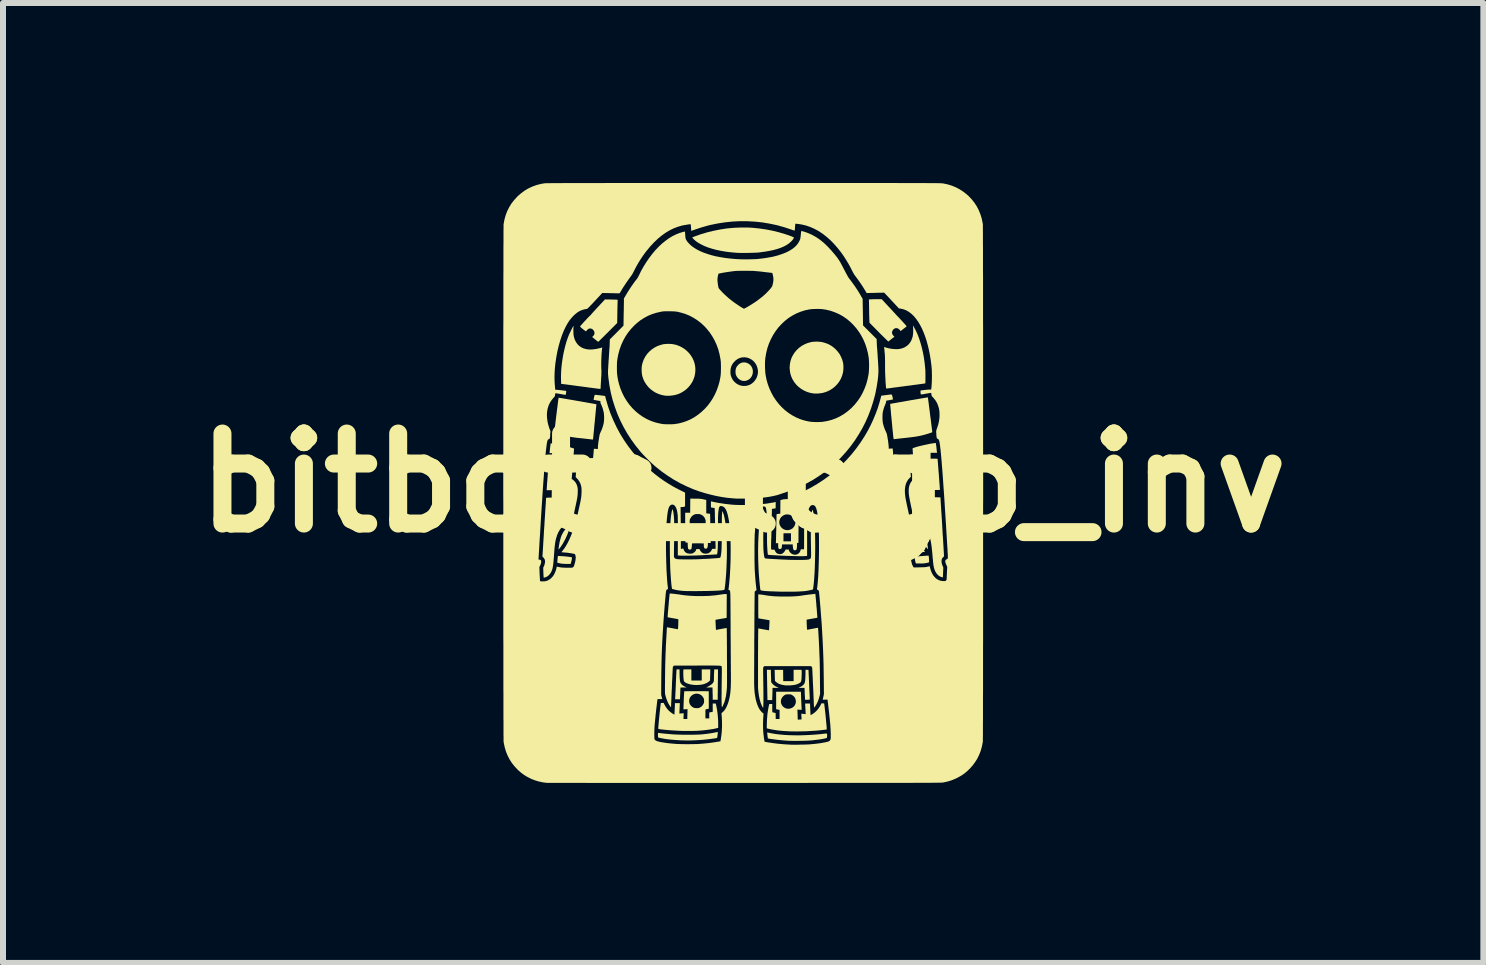
<source format=kicad_pcb>
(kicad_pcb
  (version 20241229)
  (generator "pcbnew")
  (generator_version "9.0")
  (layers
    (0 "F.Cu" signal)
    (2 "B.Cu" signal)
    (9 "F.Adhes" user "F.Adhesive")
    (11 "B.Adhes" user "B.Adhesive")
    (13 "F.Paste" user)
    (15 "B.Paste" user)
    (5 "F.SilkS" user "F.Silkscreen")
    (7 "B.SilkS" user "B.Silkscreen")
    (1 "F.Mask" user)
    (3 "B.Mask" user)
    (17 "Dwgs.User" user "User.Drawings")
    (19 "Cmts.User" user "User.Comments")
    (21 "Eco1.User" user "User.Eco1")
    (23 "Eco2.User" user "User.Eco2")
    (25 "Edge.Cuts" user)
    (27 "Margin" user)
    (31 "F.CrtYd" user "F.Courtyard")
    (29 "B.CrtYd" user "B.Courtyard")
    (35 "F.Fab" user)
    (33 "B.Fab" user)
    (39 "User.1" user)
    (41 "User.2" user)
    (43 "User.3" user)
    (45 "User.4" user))
  (footprint "bitbots_logo_inv"
    (layer "F.Cu")
    (at 9.336 4.997)
    (property "Reference" "bitbots_logo_inv" (at 0 0 0) (layer "F.SilkS") (effects (font (size 1.5 1.5) (thickness 0.3))))
    (attr board_only exclude_from_pos_files exclude_from_bom)
    (fp_poly (pts (xy 2.883 0.707) (xy 2.919 0.728) (xy 2.951 0.754) (xy 2.979 0.785) (xy 3.004 0.822) (xy 3.025 0.863) (xy 3.043 0.911) (xy 3.057 0.964) (xy 3.06 0.973) (xy 3.063 0.988) (xy 3.066 1.005) (xy 3.069 1.024) (xy 3.072 1.043) (xy 3.075 1.062) (xy 3.077 1.079) (xy 3.079 1.093) (xy 3.08 1.103) (xy 3.08 1.107) (xy 3.08 1.107) (xy 3.077 1.105) (xy 3.072 1.098) (xy 3.064 1.089) (xy 3.06 1.085) (xy 3.033 1.048) (xy 3.005 1.005) (xy 2.977 0.957) (xy 2.951 0.905) (xy 2.925 0.85) (xy 2.901 0.793) (xy 2.879 0.735) (xy 2.876 0.727) (xy 2.865 0.698)) (stroke (width 0) (type solid)) (fill yes) (layer "F.SilkS"))
    (fp_poly (pts (xy -3.038 1.221) (xy -2.999 1.223) (xy -2.964 1.226) (xy -2.93 1.23) (xy -2.894 1.234) (xy -2.891 1.235) (xy -2.855 1.24) (xy -2.855 1.253) (xy -2.856 1.272) (xy -2.861 1.295) (xy -2.868 1.322) (xy -2.869 1.327) (xy -2.876 1.351) (xy -2.934 1.351) (xy -2.956 1.351) (xy -2.977 1.35) (xy -2.996 1.349) (xy -3.011 1.348) (xy -3.018 1.347) (xy -3.03 1.346) (xy -3.044 1.343) (xy -3.06 1.34) (xy -3.074 1.337) (xy -3.087 1.334) (xy -3.095 1.331) (xy -3.098 1.33) (xy -3.098 1.326) (xy -3.098 1.317) (xy -3.097 1.304) (xy -3.096 1.288) (xy -3.094 1.272) (xy -3.093 1.255) (xy -3.091 1.24) (xy -3.09 1.233) (xy -3.088 1.218)) (stroke (width 0) (type solid)) (fill yes) (layer "F.SilkS"))
    (fp_poly (pts (xy 0.461 3.139) (xy 0.461 3.149) (xy 0.461 3.164) (xy 0.462 3.184) (xy 0.463 3.206) (xy 0.463 3.23) (xy 0.464 3.241) (xy 0.466 3.321) (xy 0.477 3.337) (xy 0.496 3.359) (xy 0.52 3.379) (xy 0.55 3.397) (xy 0.576 3.409) (xy 0.594 3.417) (xy 0.541 3.417) (xy 0.488 3.417) (xy 0.488 3.45) (xy 0.488 3.464) (xy 0.487 3.483) (xy 0.487 3.506) (xy 0.486 3.53) (xy 0.485 3.552) (xy 0.483 3.62) (xy 0.444 3.62) (xy 0.404 3.62) (xy 0.402 3.511) (xy 0.401 3.482) (xy 0.401 3.447) (xy 0.4 3.409) (xy 0.399 3.37) (xy 0.399 3.329) (xy 0.398 3.291) (xy 0.397 3.259) (xy 0.395 3.116) (xy 0.428 3.116) (xy 0.461 3.116)) (stroke (width 0) (type solid)) (fill yes) (layer "F.SilkS"))
    (fp_poly (pts (xy -2.882 0.719) (xy -2.883 0.724) (xy -2.886 0.735) (xy -2.891 0.75) (xy -2.897 0.768) (xy -2.904 0.787) (xy -2.911 0.808) (xy -2.918 0.828) (xy -2.925 0.847) (xy -2.931 0.863) (xy -2.934 0.869) (xy -2.957 0.922) (xy -2.984 0.973) (xy -3.011 1.021) (xy -3.04 1.065) (xy -3.054 1.083) (xy -3.063 1.094) (xy -3.071 1.104) (xy -3.076 1.109) (xy -3.077 1.111) (xy -3.078 1.108) (xy -3.078 1.1) (xy -3.077 1.093) (xy -3.068 1.033) (xy -3.058 0.978) (xy -3.045 0.93) (xy -3.031 0.886) (xy -3.013 0.848) (xy -2.994 0.814) (xy -2.971 0.784) (xy -2.949 0.76) (xy -2.937 0.749) (xy -2.924 0.739) (xy -2.911 0.73) (xy -2.9 0.723) (xy -2.89 0.719) (xy -2.884 0.717)) (stroke (width 0) (type solid)) (fill yes) (layer "F.SilkS"))
    (fp_poly (pts (xy 0.046 -2.004) (xy 0.073 -1.995) (xy 0.099 -1.979) (xy 0.114 -1.967) (xy 0.134 -1.944) (xy 0.148 -1.918) (xy 0.157 -1.891) (xy 0.161 -1.863) (xy 0.16 -1.834) (xy 0.154 -1.806) (xy 0.144 -1.78) (xy 0.129 -1.756) (xy 0.11 -1.735) (xy 0.087 -1.718) (xy 0.06 -1.706) (xy 0.041 -1.7) (xy 0.022 -1.698) (xy 0.005 -1.698) (xy -0.014 -1.701) (xy -0.015 -1.701) (xy -0.045 -1.712) (xy -0.071 -1.729) (xy -0.093 -1.75) (xy -0.111 -1.777) (xy -0.114 -1.784) (xy -0.12 -1.797) (xy -0.124 -1.808) (xy -0.126 -1.819) (xy -0.128 -1.833) (xy -0.128 -1.844) (xy -0.128 -1.874) (xy -0.123 -1.9) (xy -0.115 -1.923) (xy -0.105 -1.94) (xy -0.085 -1.965) (xy -0.063 -1.984) (xy -0.037 -1.998) (xy -0.01 -2.006) (xy 0.018 -2.008)) (stroke (width 0) (type solid)) (fill yes) (layer "F.SilkS"))
    (fp_poly (pts (xy -0.422 3.31) (xy -0.423 3.348) (xy -0.423 3.385) (xy -0.424 3.421) (xy -0.424 3.456) (xy -0.424 3.487) (xy -0.425 3.514) (xy -0.425 3.536) (xy -0.425 3.554) (xy -0.425 3.562) (xy -0.425 3.614) (xy -0.467 3.614) (xy -0.508 3.614) (xy -0.508 3.581) (xy -0.508 3.566) (xy -0.508 3.547) (xy -0.509 3.525) (xy -0.51 3.501) (xy -0.51 3.479) (xy -0.512 3.41) (xy -0.565 3.41) (xy -0.618 3.41) (xy -0.588 3.396) (xy -0.558 3.379) (xy -0.532 3.362) (xy -0.512 3.344) (xy -0.498 3.325) (xy -0.492 3.312) (xy -0.49 3.303) (xy -0.489 3.289) (xy -0.488 3.272) (xy -0.488 3.261) (xy -0.488 3.243) (xy -0.487 3.221) (xy -0.487 3.197) (xy -0.486 3.173) (xy -0.485 3.165) (xy -0.483 3.109) (xy -0.451 3.109) (xy -0.42 3.109)) (stroke (width 0) (type solid)) (fill yes) (layer "F.SilkS"))
    (fp_poly (pts (xy 3.096 1.267) (xy 3.097 1.288) (xy 3.098 1.305) (xy 3.098 1.317) (xy 3.097 1.323) (xy 3.097 1.324) (xy 3.092 1.326) (xy 3.081 1.329) (xy 3.067 1.333) (xy 3.051 1.336) (xy 3.034 1.339) (xy 3.023 1.341) (xy 3.011 1.342) (xy 2.995 1.343) (xy 2.975 1.344) (xy 2.953 1.344) (xy 2.939 1.344) (xy 2.917 1.344) (xy 2.901 1.344) (xy 2.891 1.344) (xy 2.884 1.343) (xy 2.879 1.342) (xy 2.877 1.34) (xy 2.876 1.337) (xy 2.876 1.337) (xy 2.871 1.322) (xy 2.866 1.304) (xy 2.863 1.286) (xy 2.86 1.269) (xy 2.859 1.256) (xy 2.859 1.252) (xy 2.86 1.235) (xy 2.884 1.231) (xy 2.901 1.228) (xy 2.923 1.225) (xy 2.949 1.222) (xy 2.976 1.22) (xy 3.004 1.218) (xy 3.03 1.216) (xy 3.052 1.214) (xy 3.091 1.213)) (stroke (width 0) (type solid)) (fill yes) (layer "F.SilkS"))
    (fp_poly (pts (xy -1.061 3.174) (xy -1.06 3.207) (xy -1.059 3.239) (xy -1.057 3.267) (xy -1.055 3.291) (xy -1.052 3.31) (xy -1.049 3.322) (xy -1.04 3.341) (xy -1.025 3.36) (xy -1.005 3.377) (xy -0.98 3.392) (xy -0.96 3.401) (xy -0.94 3.409) (xy -0.993 3.41) (xy -1.046 3.411) (xy -1.048 3.46) (xy -1.049 3.483) (xy -1.05 3.51) (xy -1.051 3.537) (xy -1.052 3.558) (xy -1.054 3.607) (xy -1.095 3.607) (xy -1.135 3.607) (xy -1.133 3.581) (xy -1.133 3.572) (xy -1.132 3.558) (xy -1.131 3.539) (xy -1.13 3.514) (xy -1.129 3.486) (xy -1.127 3.454) (xy -1.126 3.42) (xy -1.124 3.384) (xy -1.123 3.349) (xy -1.121 3.312) (xy -1.12 3.277) (xy -1.118 3.243) (xy -1.117 3.213) (xy -1.115 3.186) (xy -1.114 3.163) (xy -1.113 3.145) (xy -1.113 3.133) (xy -1.112 3.127) (xy -1.11 3.109) (xy -1.086 3.109) (xy -1.061 3.109)) (stroke (width 0) (type solid)) (fill yes) (layer "F.SilkS"))
    (fp_poly (pts (xy 0.595 3.117) (xy 0.665 3.117) (xy 0.666 3.211) (xy 0.667 3.305) (xy 0.754 3.305) (xy 0.84 3.305) (xy 0.84 3.211) (xy 0.84 3.116) (xy 0.906 3.116) (xy 0.971 3.116) (xy 0.974 3.135) (xy 0.975 3.146) (xy 0.975 3.163) (xy 0.975 3.183) (xy 0.974 3.205) (xy 0.973 3.228) (xy 0.972 3.251) (xy 0.971 3.271) (xy 0.969 3.287) (xy 0.969 3.29) (xy 0.966 3.303) (xy 0.963 3.313) (xy 0.958 3.321) (xy 0.955 3.324) (xy 0.938 3.337) (xy 0.915 3.349) (xy 0.888 3.359) (xy 0.856 3.367) (xy 0.82 3.372) (xy 0.782 3.375) (xy 0.75 3.376) (xy 0.732 3.376) (xy 0.716 3.375) (xy 0.703 3.375) (xy 0.695 3.374) (xy 0.694 3.374) (xy 0.654 3.367) (xy 0.62 3.358) (xy 0.591 3.347) (xy 0.567 3.333) (xy 0.546 3.317) (xy 0.546 3.317) (xy 0.529 3.3) (xy 0.526 3.208) (xy 0.524 3.116)) (stroke (width 0) (type solid)) (fill yes) (layer "F.SilkS"))
    (fp_poly (pts (xy -0.864 3.202) (xy -0.864 3.295) (xy -0.777 3.295) (xy -0.691 3.295) (xy -0.691 3.202) (xy -0.691 3.109) (xy -0.62 3.109) (xy -0.549 3.109) (xy -0.549 3.137) (xy -0.549 3.15) (xy -0.549 3.167) (xy -0.55 3.188) (xy -0.55 3.211) (xy -0.551 3.229) (xy -0.553 3.293) (xy -0.568 3.308) (xy -0.583 3.319) (xy -0.602 3.331) (xy -0.625 3.342) (xy -0.648 3.351) (xy -0.664 3.356) (xy -0.704 3.364) (xy -0.748 3.368) (xy -0.792 3.369) (xy -0.834 3.366) (xy -0.834 3.366) (xy -0.866 3.361) (xy -0.896 3.355) (xy -0.924 3.346) (xy -0.947 3.337) (xy -0.966 3.326) (xy -0.98 3.315) (xy -0.987 3.306) (xy -0.989 3.298) (xy -0.992 3.284) (xy -0.994 3.266) (xy -0.996 3.245) (xy -0.997 3.222) (xy -0.998 3.199) (xy -0.999 3.176) (xy -0.999 3.155) (xy -0.998 3.137) (xy -0.997 3.123) (xy -0.997 3.122) (xy -0.995 3.109) (xy -0.929 3.109) (xy -0.864 3.109)) (stroke (width 0) (type solid)) (fill yes) (layer "F.SilkS"))
    (fp_poly (pts (xy 1.075 3.116) (xy 1.083 3.116) (xy 1.087 3.117) (xy 1.087 3.117) (xy 1.088 3.12) (xy 1.088 3.13) (xy 1.089 3.145) (xy 1.09 3.165) (xy 1.091 3.189) (xy 1.092 3.216) (xy 1.094 3.247) (xy 1.095 3.279) (xy 1.097 3.314) (xy 1.098 3.349) (xy 1.1 3.384) (xy 1.101 3.419) (xy 1.103 3.453) (xy 1.104 3.486) (xy 1.106 3.516) (xy 1.107 3.543) (xy 1.108 3.567) (xy 1.109 3.586) (xy 1.109 3.601) (xy 1.11 3.609) (xy 1.11 3.612) (xy 1.106 3.613) (xy 1.098 3.613) (xy 1.085 3.614) (xy 1.071 3.615) (xy 1.054 3.616) (xy 1.042 3.616) (xy 1.035 3.615) (xy 1.032 3.614) (xy 1.031 3.613) (xy 1.031 3.609) (xy 1.03 3.599) (xy 1.029 3.584) (xy 1.029 3.566) (xy 1.027 3.546) (xy 1.026 3.524) (xy 1.025 3.502) (xy 1.025 3.481) (xy 1.024 3.461) (xy 1.023 3.445) (xy 1.023 3.432) (xy 1.023 3.426) (xy 1.023 3.417) (xy 0.971 3.417) (xy 0.92 3.417) (xy 0.95 3.402) (xy 0.978 3.387) (xy 0.999 3.371) (xy 1.014 3.353) (xy 1.021 3.342) (xy 1.026 3.326) (xy 1.031 3.304) (xy 1.034 3.277) (xy 1.036 3.243) (xy 1.037 3.203) (xy 1.038 3.181) (xy 1.038 3.116) (xy 1.063 3.116)) (stroke (width 0) (type solid)) (fill yes) (layer "F.SilkS"))
    (fp_poly (pts (xy -1.207 -2.315) (xy -1.182 -2.313) (xy -1.171 -2.311) (xy -1.118 -2.3) (xy -1.069 -2.282) (xy -1.022 -2.259) (xy -0.979 -2.232) (xy -0.94 -2.2) (xy -0.905 -2.165) (xy -0.874 -2.126) (xy -0.848 -2.084) (xy -0.827 -2.04) (xy -0.811 -1.993) (xy -0.801 -1.944) (xy -0.797 -1.895) (xy -0.799 -1.844) (xy -0.807 -1.793) (xy -0.811 -1.775) (xy -0.828 -1.726) (xy -0.85 -1.679) (xy -0.879 -1.635) (xy -0.912 -1.595) (xy -0.95 -1.558) (xy -0.992 -1.527) (xy -1.038 -1.5) (xy -1.088 -1.478) (xy -1.092 -1.477) (xy -1.132 -1.465) (xy -1.176 -1.457) (xy -1.221 -1.452) (xy -1.265 -1.451) (xy -1.299 -1.453) (xy -1.353 -1.463) (xy -1.405 -1.479) (xy -1.454 -1.5) (xy -1.499 -1.527) (xy -1.541 -1.558) (xy -1.579 -1.594) (xy -1.612 -1.635) (xy -1.641 -1.679) (xy -1.664 -1.726) (xy -1.681 -1.777) (xy -1.682 -1.78) (xy -1.687 -1.806) (xy -1.691 -1.837) (xy -1.693 -1.87) (xy -1.693 -1.902) (xy -1.691 -1.933) (xy -1.689 -1.953) (xy -1.676 -2.006) (xy -1.658 -2.055) (xy -1.633 -2.102) (xy -1.603 -2.146) (xy -1.568 -2.185) (xy -1.527 -2.221) (xy -1.482 -2.252) (xy -1.433 -2.278) (xy -1.381 -2.297) (xy -1.341 -2.308) (xy -1.32 -2.312) (xy -1.293 -2.314) (xy -1.264 -2.316) (xy -1.235 -2.316)) (stroke (width 0) (type solid)) (fill yes) (layer "F.SilkS"))
    (fp_poly (pts (xy 1.263 -2.352) (xy 1.301 -2.348) (xy 1.338 -2.34) (xy 1.361 -2.333) (xy 1.412 -2.315) (xy 1.459 -2.29) (xy 1.502 -2.26) (xy 1.541 -2.226) (xy 1.576 -2.187) (xy 1.607 -2.145) (xy 1.631 -2.099) (xy 1.651 -2.051) (xy 1.664 -2) (xy 1.665 -1.995) (xy 1.669 -1.966) (xy 1.67 -1.933) (xy 1.67 -1.9) (xy 1.667 -1.867) (xy 1.663 -1.84) (xy 1.649 -1.788) (xy 1.629 -1.738) (xy 1.603 -1.692) (xy 1.572 -1.65) (xy 1.536 -1.612) (xy 1.496 -1.578) (xy 1.451 -1.548) (xy 1.402 -1.524) (xy 1.367 -1.511) (xy 1.329 -1.5) (xy 1.287 -1.493) (xy 1.245 -1.489) (xy 1.204 -1.488) (xy 1.17 -1.49) (xy 1.115 -1.5) (xy 1.063 -1.516) (xy 1.014 -1.538) (xy 0.968 -1.565) (xy 0.925 -1.597) (xy 0.887 -1.633) (xy 0.854 -1.674) (xy 0.825 -1.72) (xy 0.82 -1.729) (xy 0.8 -1.774) (xy 0.786 -1.819) (xy 0.778 -1.864) (xy 0.774 -1.913) (xy 0.774 -1.924) (xy 0.778 -1.978) (xy 0.788 -2.029) (xy 0.804 -2.079) (xy 0.827 -2.126) (xy 0.855 -2.17) (xy 0.89 -2.212) (xy 0.891 -2.213) (xy 0.931 -2.251) (xy 0.975 -2.283) (xy 1.023 -2.309) (xy 1.073 -2.33) (xy 1.127 -2.345) (xy 1.146 -2.349) (xy 1.162 -2.351) (xy 1.183 -2.352) (xy 1.205 -2.353) (xy 1.223 -2.354)) (stroke (width 0) (type solid)) (fill yes) (layer "F.SilkS"))
    (fp_poly (pts (xy 0.058 -4.255) (xy 0.105 -4.254) (xy 0.148 -4.251) (xy 0.156 -4.251) (xy 0.27 -4.239) (xy 0.381 -4.223) (xy 0.489 -4.202) (xy 0.594 -4.176) (xy 0.699 -4.145) (xy 0.723 -4.137) (xy 0.756 -4.126) (xy 0.783 -4.116) (xy 0.804 -4.108) (xy 0.821 -4.101) (xy 0.832 -4.096) (xy 0.84 -4.092) (xy 0.843 -4.088) (xy 0.844 -4.085) (xy 0.839 -4.073) (xy 0.829 -4.057) (xy 0.814 -4.039) (xy 0.794 -4.018) (xy 0.761 -3.99) (xy 0.722 -3.963) (xy 0.676 -3.939) (xy 0.625 -3.917) (xy 0.567 -3.897) (xy 0.503 -3.88) (xy 0.433 -3.865) (xy 0.356 -3.852) (xy 0.273 -3.841) (xy 0.249 -3.838) (xy 0.231 -3.837) (xy 0.208 -3.836) (xy 0.179 -3.835) (xy 0.147 -3.834) (xy 0.113 -3.833) (xy 0.077 -3.832) (xy 0.041 -3.832) (xy 0.006 -3.832) (xy -0.027 -3.832) (xy -0.058 -3.832) (xy -0.084 -3.833) (xy -0.105 -3.834) (xy -0.11 -3.834) (xy -0.2 -3.842) (xy -0.285 -3.852) (xy -0.367 -3.866) (xy -0.444 -3.882) (xy -0.516 -3.901) (xy -0.583 -3.922) (xy -0.645 -3.946) (xy -0.7 -3.973) (xy -0.75 -4.001) (xy -0.757 -4.006) (xy -0.775 -4.018) (xy -0.793 -4.032) (xy -0.81 -4.047) (xy -0.826 -4.061) (xy -0.838 -4.074) (xy -0.843 -4.081) (xy -0.85 -4.09) (xy -0.814 -4.105) (xy -0.71 -4.142) (xy -0.603 -4.174) (xy -0.493 -4.201) (xy -0.382 -4.223) (xy -0.271 -4.24) (xy -0.24 -4.243) (xy -0.196 -4.247) (xy -0.148 -4.251) (xy -0.097 -4.253) (xy -0.044 -4.255) (xy 0.008 -4.255)) (stroke (width 0) (type solid)) (fill yes) (layer "F.SilkS"))
    (fp_poly (pts (xy 0.404 4.16) (xy 0.405 4.16) (xy 0.414 4.162) (xy 0.428 4.165) (xy 0.446 4.169) (xy 0.467 4.173) (xy 0.489 4.177) (xy 0.511 4.181) (xy 0.531 4.184) (xy 0.542 4.186) (xy 0.611 4.194) (xy 0.687 4.201) (xy 0.766 4.205) (xy 0.85 4.207) (xy 0.937 4.208) (xy 1.025 4.205) (xy 1.115 4.201) (xy 1.205 4.195) (xy 1.294 4.187) (xy 1.334 4.182) (xy 1.356 4.18) (xy 1.372 4.178) (xy 1.383 4.178) (xy 1.39 4.178) (xy 1.394 4.179) (xy 1.396 4.18) (xy 1.397 4.186) (xy 1.398 4.196) (xy 1.399 4.21) (xy 1.398 4.223) (xy 1.397 4.235) (xy 1.396 4.244) (xy 1.396 4.245) (xy 1.393 4.249) (xy 1.389 4.252) (xy 1.381 4.255) (xy 1.368 4.259) (xy 1.362 4.26) (xy 1.328 4.267) (xy 1.289 4.274) (xy 1.243 4.28) (xy 1.192 4.286) (xy 1.137 4.292) (xy 1.128 4.293) (xy 1.107 4.294) (xy 1.081 4.296) (xy 1.05 4.297) (xy 1.016 4.298) (xy 0.979 4.299) (xy 0.941 4.299) (xy 0.903 4.3) (xy 0.865 4.3) (xy 0.83 4.3) (xy 0.798 4.299) (xy 0.77 4.299) (xy 0.747 4.298) (xy 0.743 4.297) (xy 0.702 4.295) (xy 0.658 4.291) (xy 0.612 4.287) (xy 0.566 4.282) (xy 0.522 4.276) (xy 0.481 4.271) (xy 0.444 4.266) (xy 0.431 4.263) (xy 0.411 4.26) (xy 0.407 4.232) (xy 0.405 4.215) (xy 0.403 4.197) (xy 0.401 4.181) (xy 0.401 4.181) (xy 0.4 4.169) (xy 0.4 4.162) (xy 0.401 4.16)) (stroke (width 0) (type solid)) (fill yes) (layer "F.SilkS"))
    (fp_poly (pts (xy -0.424 4.155) (xy -0.424 4.164) (xy -0.425 4.176) (xy -0.426 4.191) (xy -0.428 4.207) (xy -0.43 4.224) (xy -0.431 4.23) (xy -0.435 4.252) (xy -0.472 4.258) (xy -0.564 4.271) (xy -0.658 4.281) (xy -0.755 4.288) (xy -0.82 4.291) (xy -0.852 4.292) (xy -0.881 4.293) (xy -0.907 4.293) (xy -0.933 4.293) (xy -0.96 4.293) (xy -0.991 4.292) (xy -1.009 4.292) (xy -1.045 4.291) (xy -1.086 4.288) (xy -1.128 4.286) (xy -1.17 4.282) (xy -1.208 4.279) (xy -1.224 4.277) (xy -1.253 4.274) (xy -1.282 4.27) (xy -1.31 4.266) (xy -1.336 4.261) (xy -1.361 4.257) (xy -1.382 4.253) (xy -1.399 4.249) (xy -1.412 4.245) (xy -1.418 4.242) (xy -1.419 4.242) (xy -1.419 4.238) (xy -1.42 4.229) (xy -1.42 4.216) (xy -1.421 4.203) (xy -1.421 4.189) (xy -1.42 4.178) (xy -1.42 4.17) (xy -1.419 4.168) (xy -1.415 4.168) (xy -1.406 4.168) (xy -1.397 4.169) (xy -1.377 4.172) (xy -1.352 4.175) (xy -1.323 4.178) (xy -1.291 4.181) (xy -1.257 4.184) (xy -1.223 4.187) (xy -1.19 4.19) (xy -1.168 4.192) (xy -1.139 4.193) (xy -1.105 4.195) (xy -1.067 4.196) (xy -1.026 4.197) (xy -0.984 4.198) (xy -0.94 4.198) (xy -0.896 4.198) (xy -0.853 4.198) (xy -0.812 4.197) (xy -0.773 4.196) (xy -0.739 4.195) (xy -0.71 4.193) (xy -0.687 4.192) (xy -0.647 4.187) (xy -0.606 4.183) (xy -0.565 4.177) (xy -0.527 4.171) (xy -0.492 4.165) (xy -0.468 4.16) (xy -0.452 4.157) (xy -0.439 4.154) (xy -0.43 4.153) (xy -0.425 4.152)) (stroke (width 0) (type solid)) (fill yes) (layer "F.SilkS"))
    (fp_poly (pts (xy 2.254 -3.061) (xy 2.308 -3.061) (xy 2.423 -2.937) (xy 2.446 -2.913) (xy 2.467 -2.89) (xy 2.487 -2.869) (xy 2.504 -2.85) (xy 2.519 -2.834) (xy 2.53 -2.822) (xy 2.538 -2.813) (xy 2.542 -2.809) (xy 2.542 -2.808) (xy 2.547 -2.802) (xy 2.552 -2.797) (xy 2.556 -2.793) (xy 2.564 -2.785) (xy 2.575 -2.773) (xy 2.59 -2.758) (xy 2.606 -2.741) (xy 2.624 -2.721) (xy 2.639 -2.706) (xy 2.662 -2.68) (xy 2.681 -2.659) (xy 2.697 -2.642) (xy 2.708 -2.629) (xy 2.716 -2.619) (xy 2.721 -2.612) (xy 2.723 -2.608) (xy 2.722 -2.606) (xy 2.719 -2.604) (xy 2.712 -2.598) (xy 2.701 -2.59) (xy 2.687 -2.579) (xy 2.673 -2.568) (xy 2.657 -2.556) (xy 2.644 -2.545) (xy 2.632 -2.537) (xy 2.625 -2.532) (xy 2.622 -2.53) (xy 2.619 -2.533) (xy 2.614 -2.539) (xy 2.611 -2.545) (xy 2.597 -2.561) (xy 2.58 -2.572) (xy 2.561 -2.578) (xy 2.552 -2.579) (xy 2.532 -2.576) (xy 2.515 -2.567) (xy 2.5 -2.554) (xy 2.489 -2.538) (xy 2.482 -2.52) (xy 2.48 -2.501) (xy 2.483 -2.483) (xy 2.485 -2.479) (xy 2.491 -2.468) (xy 2.5 -2.456) (xy 2.506 -2.45) (xy 2.52 -2.436) (xy 2.472 -2.398) (xy 2.456 -2.385) (xy 2.442 -2.374) (xy 2.431 -2.365) (xy 2.423 -2.359) (xy 2.42 -2.356) (xy 2.416 -2.358) (xy 2.408 -2.365) (xy 2.396 -2.376) (xy 2.379 -2.393) (xy 2.357 -2.414) (xy 2.331 -2.44) (xy 2.3 -2.47) (xy 2.265 -2.506) (xy 2.26 -2.511) (xy 2.104 -2.669) (xy 2.102 -2.726) (xy 2.101 -2.742) (xy 2.101 -2.764) (xy 2.1 -2.791) (xy 2.099 -2.82) (xy 2.099 -2.852) (xy 2.098 -2.885) (xy 2.098 -2.918) (xy 2.098 -2.92) (xy 2.095 -3.057) (xy 2.147 -3.059) (xy 2.171 -3.06) (xy 2.198 -3.061) (xy 2.225 -3.061) (xy 2.25 -3.061)) (stroke (width 0) (type solid)) (fill yes) (layer "F.SilkS"))
    (fp_poly (pts (xy -3.063 -1.417) (xy -3.047 -1.414) (xy -3.024 -1.411) (xy -2.995 -1.406) (xy -2.96 -1.4) (xy -2.92 -1.393) (xy -2.873 -1.385) (xy -2.821 -1.376) (xy -2.764 -1.366) (xy -2.762 -1.366) (xy -2.716 -1.358) (xy -2.673 -1.35) (xy -2.632 -1.343) (xy -2.594 -1.336) (xy -2.56 -1.33) (xy -2.529 -1.325) (xy -2.502 -1.32) (xy -2.48 -1.316) (xy -2.463 -1.313) (xy -2.452 -1.311) (xy -2.447 -1.31) (xy -2.447 -1.31) (xy -2.447 -1.306) (xy -2.448 -1.297) (xy -2.449 -1.281) (xy -2.451 -1.261) (xy -2.454 -1.235) (xy -2.456 -1.205) (xy -2.46 -1.172) (xy -2.463 -1.135) (xy -2.467 -1.095) (xy -2.471 -1.053) (xy -2.474 -1.018) (xy -2.479 -0.974) (xy -2.483 -0.932) (xy -2.486 -0.893) (xy -2.49 -0.856) (xy -2.493 -0.823) (xy -2.496 -0.794) (xy -2.498 -0.769) (xy -2.5 -0.749) (xy -2.502 -0.735) (xy -2.502 -0.726) (xy -2.503 -0.724) (xy -2.506 -0.722) (xy -2.512 -0.722) (xy -2.519 -0.723) (xy -2.521 -0.723) (xy -2.526 -0.724) (xy -2.537 -0.725) (xy -2.554 -0.727) (xy -2.578 -0.73) (xy -2.608 -0.733) (xy -2.643 -0.737) (xy -2.685 -0.742) (xy -2.732 -0.747) (xy -2.767 -0.75) (xy -2.865 -0.764) (xy -2.961 -0.782) (xy -3.041 -0.803) (xy -3.069 -0.811) (xy -3.093 -0.818) (xy -3.114 -0.825) (xy -3.13 -0.83) (xy -3.142 -0.834) (xy -3.147 -0.836) (xy -3.147 -0.837) (xy -3.147 -0.84) (xy -3.146 -0.85) (xy -3.145 -0.865) (xy -3.143 -0.885) (xy -3.14 -0.91) (xy -3.137 -0.938) (xy -3.133 -0.969) (xy -3.129 -1.003) (xy -3.125 -1.039) (xy -3.12 -1.077) (xy -3.116 -1.115) (xy -3.111 -1.153) (xy -3.106 -1.191) (xy -3.102 -1.228) (xy -3.097 -1.263) (xy -3.093 -1.296) (xy -3.089 -1.327) (xy -3.086 -1.354) (xy -3.083 -1.377) (xy -3.08 -1.395) (xy -3.078 -1.409) (xy -3.077 -1.416) (xy -3.077 -1.418) (xy -3.073 -1.418)) (stroke (width 0) (type solid)) (fill yes) (layer "F.SilkS"))
    (fp_poly (pts (xy -2.219 -3.056) (xy -2.195 -3.055) (xy -2.171 -3.055) (xy -2.15 -3.054) (xy -2.132 -3.054) (xy -2.119 -3.053) (xy -2.114 -3.053) (xy -2.092 -3.051) (xy -2.094 -2.989) (xy -2.095 -2.971) (xy -2.095 -2.948) (xy -2.096 -2.92) (xy -2.097 -2.889) (xy -2.097 -2.857) (xy -2.098 -2.824) (xy -2.098 -2.796) (xy -2.1 -2.664) (xy -2.257 -2.507) (xy -2.284 -2.48) (xy -2.309 -2.455) (xy -2.333 -2.431) (xy -2.355 -2.41) (xy -2.374 -2.391) (xy -2.39 -2.375) (xy -2.402 -2.363) (xy -2.411 -2.355) (xy -2.416 -2.351) (xy -2.416 -2.351) (xy -2.42 -2.353) (xy -2.428 -2.358) (xy -2.439 -2.367) (xy -2.452 -2.378) (xy -2.459 -2.383) (xy -2.473 -2.395) (xy -2.487 -2.406) (xy -2.498 -2.416) (xy -2.506 -2.422) (xy -2.508 -2.423) (xy -2.518 -2.432) (xy -2.507 -2.44) (xy -2.492 -2.456) (xy -2.482 -2.475) (xy -2.478 -2.495) (xy -2.481 -2.515) (xy -2.489 -2.535) (xy -2.503 -2.552) (xy -2.503 -2.553) (xy -2.521 -2.566) (xy -2.54 -2.572) (xy -2.559 -2.573) (xy -2.576 -2.568) (xy -2.587 -2.56) (xy -2.6 -2.549) (xy -2.611 -2.536) (xy -2.616 -2.528) (xy -2.618 -2.526) (xy -2.621 -2.526) (xy -2.625 -2.528) (xy -2.632 -2.532) (xy -2.642 -2.539) (xy -2.656 -2.55) (xy -2.67 -2.561) (xy -2.686 -2.573) (xy -2.699 -2.585) (xy -2.71 -2.595) (xy -2.717 -2.602) (xy -2.719 -2.605) (xy -2.717 -2.609) (xy -2.711 -2.617) (xy -2.701 -2.628) (xy -2.689 -2.642) (xy -2.674 -2.659) (xy -2.658 -2.677) (xy -2.641 -2.696) (xy -2.623 -2.714) (xy -2.606 -2.733) (xy -2.59 -2.75) (xy -2.575 -2.765) (xy -2.562 -2.778) (xy -2.553 -2.787) (xy -2.547 -2.793) (xy -2.545 -2.794) (xy -2.54 -2.797) (xy -2.54 -2.799) (xy -2.538 -2.802) (xy -2.531 -2.81) (xy -2.521 -2.822) (xy -2.508 -2.837) (xy -2.491 -2.855) (xy -2.472 -2.876) (xy -2.451 -2.899) (xy -2.429 -2.923) (xy -2.422 -2.93) (xy -2.304 -3.057)) (stroke (width 0) (type solid)) (fill yes) (layer "F.SilkS"))
    (fp_poly (pts (xy 3.078 -1.421) (xy 3.079 -1.412) (xy 3.081 -1.397) (xy 3.084 -1.377) (xy 3.087 -1.352) (xy 3.091 -1.324) (xy 3.095 -1.293) (xy 3.099 -1.259) (xy 3.104 -1.223) (xy 3.109 -1.186) (xy 3.113 -1.148) (xy 3.118 -1.11) (xy 3.123 -1.073) (xy 3.128 -1.036) (xy 3.132 -1.001) (xy 3.136 -0.968) (xy 3.14 -0.938) (xy 3.143 -0.912) (xy 3.146 -0.889) (xy 3.148 -0.871) (xy 3.15 -0.859) (xy 3.15 -0.852) (xy 3.151 -0.848) (xy 3.15 -0.845) (xy 3.146 -0.842) (xy 3.14 -0.839) (xy 3.129 -0.835) (xy 3.113 -0.83) (xy 3.111 -0.829) (xy 3.069 -0.816) (xy 3.029 -0.804) (xy 2.991 -0.794) (xy 2.953 -0.785) (xy 2.914 -0.777) (xy 2.873 -0.77) (xy 2.829 -0.764) (xy 2.781 -0.758) (xy 2.729 -0.752) (xy 2.682 -0.747) (xy 2.656 -0.744) (xy 2.63 -0.741) (xy 2.605 -0.739) (xy 2.583 -0.736) (xy 2.565 -0.734) (xy 2.557 -0.733) (xy 2.541 -0.731) (xy 2.527 -0.73) (xy 2.516 -0.728) (xy 2.511 -0.728) (xy 2.51 -0.728) (xy 2.509 -0.729) (xy 2.508 -0.731) (xy 2.507 -0.734) (xy 2.505 -0.739) (xy 2.504 -0.746) (xy 2.503 -0.756) (xy 2.501 -0.769) (xy 2.499 -0.786) (xy 2.497 -0.807) (xy 2.495 -0.831) (xy 2.492 -0.861) (xy 2.488 -0.896) (xy 2.484 -0.936) (xy 2.48 -0.983) (xy 2.476 -1.022) (xy 2.472 -1.065) (xy 2.468 -1.107) (xy 2.464 -1.147) (xy 2.461 -1.183) (xy 2.458 -1.216) (xy 2.455 -1.245) (xy 2.453 -1.27) (xy 2.451 -1.29) (xy 2.45 -1.305) (xy 2.449 -1.313) (xy 2.449 -1.316) (xy 2.453 -1.317) (xy 2.463 -1.318) (xy 2.478 -1.321) (xy 2.498 -1.325) (xy 2.522 -1.329) (xy 2.551 -1.334) (xy 2.583 -1.34) (xy 2.617 -1.346) (xy 2.654 -1.352) (xy 2.692 -1.359) (xy 2.731 -1.366) (xy 2.77 -1.373) (xy 2.81 -1.38) (xy 2.849 -1.386) (xy 2.887 -1.393) (xy 2.922 -1.399) (xy 2.956 -1.405) (xy 2.986 -1.41) (xy 3.013 -1.415) (xy 3.036 -1.418) (xy 3.055 -1.421) (xy 3.068 -1.424) (xy 3.076 -1.425) (xy 3.077 -1.425)) (stroke (width 0) (type solid)) (fill yes) (layer "F.SilkS"))
    (fp_poly (pts (xy 2.842 -2.603) (xy 2.874 -2.543) (xy 2.904 -2.478) (xy 2.931 -2.407) (xy 2.955 -2.332) (xy 2.977 -2.253) (xy 2.996 -2.17) (xy 3.012 -2.083) (xy 3.024 -1.995) (xy 3.033 -1.904) (xy 3.035 -1.881) (xy 3.036 -1.865) (xy 3.036 -1.845) (xy 3.037 -1.823) (xy 3.037 -1.799) (xy 3.037 -1.774) (xy 3.037 -1.749) (xy 3.037 -1.725) (xy 3.037 -1.704) (xy 3.036 -1.685) (xy 3.036 -1.671) (xy 3.035 -1.661) (xy 3.034 -1.658) (xy 3.03 -1.657) (xy 3.02 -1.655) (xy 3.005 -1.653) (xy 2.984 -1.65) (xy 2.959 -1.647) (xy 2.93 -1.643) (xy 2.898 -1.638) (xy 2.863 -1.634) (xy 2.825 -1.629) (xy 2.802 -1.625) (xy 2.76 -1.62) (xy 2.718 -1.615) (xy 2.676 -1.609) (xy 2.636 -1.604) (xy 2.597 -1.599) (xy 2.562 -1.594) (xy 2.531 -1.59) (xy 2.504 -1.587) (xy 2.484 -1.584) (xy 2.481 -1.583) (xy 2.456 -1.58) (xy 2.434 -1.577) (xy 2.415 -1.575) (xy 2.4 -1.573) (xy 2.39 -1.572) (xy 2.385 -1.571) (xy 2.385 -1.571) (xy 2.383 -1.575) (xy 2.381 -1.583) (xy 2.379 -1.593) (xy 2.376 -1.636) (xy 2.372 -1.684) (xy 2.37 -1.736) (xy 2.367 -1.79) (xy 2.365 -1.844) (xy 2.364 -1.897) (xy 2.364 -1.947) (xy 2.364 -1.961) (xy 2.364 -1.992) (xy 2.364 -2.023) (xy 2.363 -2.052) (xy 2.363 -2.08) (xy 2.362 -2.103) (xy 2.361 -2.122) (xy 2.361 -2.132) (xy 2.359 -2.158) (xy 2.356 -2.183) (xy 2.354 -2.207) (xy 2.352 -2.228) (xy 2.35 -2.245) (xy 2.349 -2.257) (xy 2.349 -2.26) (xy 2.348 -2.267) (xy 2.349 -2.268) (xy 2.353 -2.264) (xy 2.36 -2.261) (xy 2.372 -2.257) (xy 2.388 -2.252) (xy 2.407 -2.247) (xy 2.428 -2.242) (xy 2.45 -2.238) (xy 2.471 -2.234) (xy 2.473 -2.234) (xy 2.499 -2.231) (xy 2.527 -2.229) (xy 2.556 -2.229) (xy 2.582 -2.229) (xy 2.605 -2.232) (xy 2.608 -2.232) (xy 2.649 -2.242) (xy 2.687 -2.257) (xy 2.721 -2.278) (xy 2.752 -2.303) (xy 2.778 -2.334) (xy 2.799 -2.368) (xy 2.808 -2.39) (xy 2.818 -2.417) (xy 2.825 -2.443) (xy 2.829 -2.47) (xy 2.832 -2.499) (xy 2.833 -2.533) (xy 2.833 -2.554) (xy 2.832 -2.573) (xy 2.832 -2.59) (xy 2.831 -2.603) (xy 2.83 -2.608) (xy 2.828 -2.626)) (stroke (width 0) (type solid)) (fill yes) (layer "F.SilkS"))
    (fp_poly (pts (xy -2.827 -2.611) (xy -2.828 -2.602) (xy -2.829 -2.595) (xy -2.83 -2.584) (xy -2.83 -2.567) (xy -2.831 -2.548) (xy -2.83 -2.527) (xy -2.83 -2.516) (xy -2.829 -2.492) (xy -2.828 -2.473) (xy -2.826 -2.457) (xy -2.823 -2.442) (xy -2.82 -2.427) (xy -2.82 -2.427) (xy -2.806 -2.384) (xy -2.787 -2.346) (xy -2.763 -2.312) (xy -2.735 -2.284) (xy -2.703 -2.261) (xy -2.667 -2.243) (xy -2.626 -2.231) (xy -2.607 -2.227) (xy -2.573 -2.223) (xy -2.538 -2.222) (xy -2.5 -2.225) (xy -2.482 -2.227) (xy -2.464 -2.229) (xy -2.444 -2.233) (xy -2.423 -2.237) (xy -2.403 -2.242) (xy -2.385 -2.246) (xy -2.37 -2.25) (xy -2.359 -2.254) (xy -2.354 -2.256) (xy -2.351 -2.258) (xy -2.35 -2.256) (xy -2.351 -2.248) (xy -2.351 -2.245) (xy -2.355 -2.215) (xy -2.358 -2.179) (xy -2.361 -2.139) (xy -2.363 -2.096) (xy -2.365 -2.053) (xy -2.366 -2.009) (xy -2.366 -1.968) (xy -2.366 -1.93) (xy -2.365 -1.904) (xy -2.364 -1.885) (xy -2.363 -1.868) (xy -2.363 -1.851) (xy -2.363 -1.834) (xy -2.364 -1.814) (xy -2.364 -1.792) (xy -2.366 -1.767) (xy -2.368 -1.736) (xy -2.369 -1.711) (xy -2.371 -1.682) (xy -2.373 -1.654) (xy -2.374 -1.63) (xy -2.375 -1.609) (xy -2.376 -1.592) (xy -2.377 -1.58) (xy -2.377 -1.574) (xy -2.377 -1.574) (xy -2.379 -1.567) (xy -2.383 -1.565) (xy -2.385 -1.565) (xy -2.39 -1.566) (xy -2.4 -1.567) (xy -2.417 -1.569) (xy -2.438 -1.572) (xy -2.464 -1.575) (xy -2.495 -1.579) (xy -2.528 -1.584) (xy -2.566 -1.588) (xy -2.605 -1.594) (xy -2.647 -1.599) (xy -2.667 -1.602) (xy -2.711 -1.608) (xy -2.753 -1.613) (xy -2.794 -1.619) (xy -2.833 -1.624) (xy -2.869 -1.629) (xy -2.902 -1.633) (xy -2.93 -1.637) (xy -2.954 -1.64) (xy -2.972 -1.642) (xy -2.985 -1.644) (xy -2.988 -1.644) (xy -3.034 -1.65) (xy -3.036 -1.706) (xy -3.037 -1.772) (xy -3.035 -1.842) (xy -3.03 -1.915) (xy -3.022 -1.991) (xy -3.011 -2.066) (xy -2.998 -2.142) (xy -2.982 -2.216) (xy -2.964 -2.288) (xy -2.945 -2.356) (xy -2.923 -2.419) (xy -2.904 -2.468) (xy -2.897 -2.484) (xy -2.888 -2.502) (xy -2.878 -2.522) (xy -2.868 -2.543) (xy -2.858 -2.563) (xy -2.849 -2.581) (xy -2.841 -2.596) (xy -2.835 -2.606) (xy -2.832 -2.611) (xy -2.828 -2.615) (xy -2.827 -2.615)) (stroke (width 0) (type solid)) (fill yes) (layer "F.SilkS"))
    (fp_poly (pts (xy 0.84 0.387) (xy 0.84 0.505) (xy 0.883 0.505) (xy 0.926 0.505) (xy 0.923 0.627) (xy 0.923 0.663) (xy 0.922 0.703) (xy 0.922 0.745) (xy 0.922 0.788) (xy 0.921 0.829) (xy 0.921 0.866) (xy 0.921 0.874) (xy 0.921 0.998) (xy 0.909 1.001) (xy 0.897 1.003) (xy 0.897 1.032) (xy 0.896 1.063) (xy 0.894 1.086) (xy 0.89 1.104) (xy 0.885 1.115) (xy 0.884 1.116) (xy 0.873 1.123) (xy 0.861 1.124) (xy 0.848 1.122) (xy 0.844 1.119) (xy 0.838 1.113) (xy 0.834 1.103) (xy 0.831 1.088) (xy 0.828 1.068) (xy 0.827 1.057) (xy 0.825 1.026) (xy 0.737 1.026) (xy 0.648 1.026) (xy 0.646 1.042) (xy 0.644 1.055) (xy 0.644 1.069) (xy 0.643 1.072) (xy 0.641 1.086) (xy 0.632 1.096) (xy 0.618 1.102) (xy 0.615 1.103) (xy 0.604 1.103) (xy 0.595 1.1) (xy 0.589 1.092) (xy 0.585 1.079) (xy 0.583 1.061) (xy 0.583 1.039) (xy 0.583 1.006) (xy 0.563 1.006) (xy 0.544 1.006) (xy 0.547 0.939) (xy 0.547 0.922) (xy 0.548 0.899) (xy 0.548 0.871) (xy 0.549 0.84) (xy 0.549 0.84) (xy 0.671 0.84) (xy 0.671 0.908) (xy 0.671 0.975) (xy 0.733 0.975) (xy 0.796 0.975) (xy 0.796 0.908) (xy 0.796 0.84) (xy 0.733 0.84) (xy 0.671 0.84) (xy 0.549 0.84) (xy 0.55 0.806) (xy 0.551 0.77) (xy 0.551 0.733) (xy 0.552 0.698) (xy 0.553 0.664) (xy 0.553 0.643) (xy 0.601 0.643) (xy 0.601 0.669) (xy 0.606 0.694) (xy 0.617 0.717) (xy 0.631 0.739) (xy 0.649 0.757) (xy 0.67 0.771) (xy 0.694 0.782) (xy 0.72 0.788) (xy 0.748 0.788) (xy 0.771 0.784) (xy 0.798 0.773) (xy 0.823 0.758) (xy 0.842 0.737) (xy 0.857 0.713) (xy 0.867 0.686) (xy 0.87 0.663) (xy 0.869 0.636) (xy 0.863 0.613) (xy 0.852 0.59) (xy 0.848 0.583) (xy 0.829 0.562) (xy 0.807 0.546) (xy 0.781 0.534) (xy 0.754 0.527) (xy 0.725 0.526) (xy 0.705 0.528) (xy 0.68 0.537) (xy 0.656 0.551) (xy 0.635 0.569) (xy 0.619 0.589) (xy 0.618 0.591) (xy 0.607 0.617) (xy 0.601 0.643) (xy 0.553 0.643) (xy 0.553 0.633) (xy 0.554 0.604) (xy 0.555 0.578) (xy 0.555 0.557) (xy 0.556 0.54) (xy 0.556 0.528) (xy 0.557 0.523) (xy 0.557 0.522) (xy 0.561 0.521) (xy 0.57 0.519) (xy 0.583 0.517) (xy 0.589 0.517) (xy 0.618 0.513) (xy 0.619 0.401) (xy 0.62 0.288) (xy 0.638 0.283) (xy 0.652 0.279) (xy 0.664 0.276) (xy 0.677 0.274) (xy 0.691 0.273) (xy 0.707 0.272) (xy 0.727 0.271) (xy 0.751 0.27) (xy 0.763 0.27) (xy 0.84 0.269)) (stroke (width 0) (type solid)) (fill yes) (layer "F.SilkS"))
    (fp_poly (pts (xy -0.794 0.264) (xy -0.767 0.264) (xy -0.745 0.264) (xy -0.728 0.265) (xy -0.714 0.266) (xy -0.702 0.267) (xy -0.691 0.269) (xy -0.679 0.271) (xy -0.666 0.274) (xy -0.661 0.275) (xy -0.616 0.285) (xy -0.616 0.396) (xy -0.616 0.507) (xy -0.605 0.509) (xy -0.596 0.511) (xy -0.583 0.512) (xy -0.573 0.513) (xy -0.562 0.515) (xy -0.554 0.516) (xy -0.552 0.516) (xy -0.552 0.519) (xy -0.552 0.529) (xy -0.551 0.544) (xy -0.551 0.564) (xy -0.55 0.588) (xy -0.55 0.615) (xy -0.549 0.646) (xy -0.549 0.679) (xy -0.549 0.687) (xy -0.548 0.724) (xy -0.547 0.761) (xy -0.547 0.797) (xy -0.546 0.832) (xy -0.545 0.864) (xy -0.544 0.892) (xy -0.544 0.915) (xy -0.543 0.93) (xy -0.541 1.002) (xy -0.565 1.002) (xy -0.589 1.002) (xy -0.589 1.027) (xy -0.591 1.053) (xy -0.595 1.073) (xy -0.601 1.086) (xy -0.611 1.095) (xy -0.623 1.097) (xy -0.623 1.097) (xy -0.636 1.095) (xy -0.646 1.089) (xy -0.652 1.078) (xy -0.656 1.062) (xy -0.657 1.04) (xy -0.657 1.009) (xy -0.755 1.008) (xy -0.784 1.008) (xy -0.807 1.008) (xy -0.824 1.008) (xy -0.836 1.009) (xy -0.845 1.009) (xy -0.85 1.01) (xy -0.853 1.011) (xy -0.853 1.013) (xy -0.853 1.013) (xy -0.854 1.023) (xy -0.855 1.037) (xy -0.856 1.052) (xy -0.858 1.068) (xy -0.86 1.082) (xy -0.862 1.093) (xy -0.863 1.1) (xy -0.864 1.101) (xy -0.869 1.106) (xy -0.877 1.11) (xy -0.878 1.11) (xy -0.885 1.113) (xy -0.891 1.114) (xy -0.897 1.112) (xy -0.901 1.111) (xy -0.908 1.108) (xy -0.914 1.103) (xy -0.918 1.094) (xy -0.921 1.082) (xy -0.923 1.065) (xy -0.924 1.044) (xy -0.926 0.997) (xy -0.945 0.995) (xy -0.955 0.993) (xy -0.962 0.992) (xy -0.964 0.991) (xy -0.964 0.988) (xy -0.964 0.978) (xy -0.964 0.963) (xy -0.964 0.942) (xy -0.965 0.917) (xy -0.965 0.888) (xy -0.965 0.855) (xy -0.965 0.83) (xy -0.82 0.83) (xy -0.82 0.899) (xy -0.82 0.923) (xy -0.819 0.941) (xy -0.819 0.953) (xy -0.818 0.961) (xy -0.817 0.966) (xy -0.816 0.967) (xy -0.814 0.967) (xy -0.809 0.967) (xy -0.799 0.966) (xy -0.784 0.966) (xy -0.766 0.965) (xy -0.75 0.965) (xy -0.691 0.965) (xy -0.692 0.898) (xy -0.693 0.831) (xy -0.756 0.831) (xy -0.82 0.83) (xy -0.965 0.83) (xy -0.965 0.819) (xy -0.966 0.781) (xy -0.966 0.744) (xy -0.967 0.648) (xy -0.892 0.648) (xy -0.892 0.666) (xy -0.891 0.678) (xy -0.889 0.688) (xy -0.885 0.698) (xy -0.885 0.699) (xy -0.869 0.725) (xy -0.848 0.747) (xy -0.823 0.764) (xy -0.805 0.773) (xy -0.793 0.776) (xy -0.781 0.778) (xy -0.765 0.778) (xy -0.755 0.778) (xy -0.739 0.777) (xy -0.726 0.776) (xy -0.716 0.773) (xy -0.705 0.768) (xy -0.701 0.767) (xy -0.676 0.752) (xy -0.656 0.732) (xy -0.64 0.709) (xy -0.629 0.684) (xy -0.625 0.657) (xy -0.626 0.629) (xy -0.626 0.627) (xy -0.635 0.598) (xy -0.649 0.573) (xy -0.668 0.551) (xy -0.693 0.534) (xy -0.7 0.531) (xy -0.711 0.526) (xy -0.72 0.523) (xy -0.729 0.521) (xy -0.74 0.52) (xy -0.756 0.52) (xy -0.76 0.52) (xy -0.777 0.52) (xy -0.79 0.521) (xy -0.799 0.522) (xy -0.807 0.525) (xy -0.816 0.529) (xy -0.817 0.529) (xy -0.843 0.545) (xy -0.864 0.566) (xy -0.88 0.59) (xy -0.881 0.592) (xy -0.886 0.603) (xy -0.89 0.612) (xy -0.891 0.621) (xy -0.892 0.633) (xy -0.892 0.648) (xy -0.967 0.648) (xy -0.967 0.498) (xy -0.926 0.498) (xy -0.884 0.498) (xy -0.883 0.38) (xy -0.882 0.262)) (stroke (width 0) (type solid)) (fill yes) (layer "F.SilkS"))
    (fp_poly (pts (xy 0.962 3.499) (xy 0.962 3.507) (xy 0.963 3.52) (xy 0.963 3.538) (xy 0.964 3.561) (xy 0.965 3.586) (xy 0.966 3.615) (xy 0.968 3.645) (xy 0.968 3.65) (xy 0.974 3.783) (xy 0.938 3.781) (xy 0.903 3.779) (xy 0.905 3.832) (xy 0.906 3.854) (xy 0.907 3.876) (xy 0.907 3.896) (xy 0.908 3.912) (xy 0.908 3.916) (xy 0.908 3.945) (xy 0.927 3.945) (xy 0.941 3.945) (xy 0.954 3.944) (xy 0.96 3.943) (xy 0.973 3.941) (xy 0.97 3.894) (xy 0.968 3.847) (xy 0.989 3.849) (xy 1.004 3.85) (xy 1.018 3.852) (xy 1.026 3.853) (xy 1.041 3.855) (xy 1.038 3.799) (xy 1.038 3.777) (xy 1.036 3.755) (xy 1.035 3.733) (xy 1.034 3.716) (xy 1.034 3.711) (xy 1.032 3.678) (xy 1.073 3.678) (xy 1.114 3.678) (xy 1.114 3.689) (xy 1.114 3.697) (xy 1.115 3.71) (xy 1.115 3.727) (xy 1.116 3.746) (xy 1.117 3.767) (xy 1.118 3.789) (xy 1.119 3.81) (xy 1.12 3.829) (xy 1.121 3.846) (xy 1.122 3.86) (xy 1.123 3.868) (xy 1.123 3.871) (xy 1.126 3.87) (xy 1.134 3.866) (xy 1.144 3.86) (xy 1.149 3.857) (xy 1.187 3.831) (xy 1.221 3.8) (xy 1.251 3.766) (xy 1.277 3.726) (xy 1.292 3.699) (xy 1.304 3.674) (xy 1.327 3.675) (xy 1.349 3.676) (xy 1.359 3.754) (xy 1.363 3.789) (xy 1.367 3.826) (xy 1.371 3.863) (xy 1.375 3.899) (xy 1.378 3.935) (xy 1.381 3.969) (xy 1.384 4.001) (xy 1.387 4.03) (xy 1.389 4.055) (xy 1.391 4.076) (xy 1.391 4.093) (xy 1.392 4.104) (xy 1.391 4.11) (xy 1.391 4.11) (xy 1.387 4.111) (xy 1.378 4.112) (xy 1.363 4.114) (xy 1.344 4.117) (xy 1.322 4.119) (xy 1.299 4.122) (xy 1.274 4.124) (xy 1.248 4.127) (xy 1.224 4.129) (xy 1.211 4.13) (xy 1.052 4.14) (xy 0.893 4.143) (xy 0.799 4.142) (xy 0.74 4.139) (xy 0.682 4.136) (xy 0.624 4.131) (xy 0.569 4.125) (xy 0.518 4.117) (xy 0.47 4.109) (xy 0.428 4.1) (xy 0.405 4.094) (xy 0.392 4.09) (xy 0.394 4.007) (xy 0.396 3.95) (xy 0.4 3.898) (xy 0.404 3.85) (xy 0.411 3.803) (xy 0.419 3.756) (xy 0.423 3.735) (xy 0.427 3.716) (xy 0.43 3.702) (xy 0.433 3.693) (xy 0.436 3.688) (xy 0.44 3.685) (xy 0.446 3.685) (xy 0.454 3.685) (xy 0.459 3.685) (xy 0.484 3.685) (xy 0.484 3.754) (xy 0.484 3.777) (xy 0.484 3.795) (xy 0.485 3.807) (xy 0.485 3.816) (xy 0.486 3.821) (xy 0.488 3.823) (xy 0.49 3.825) (xy 0.492 3.825) (xy 0.499 3.827) (xy 0.511 3.829) (xy 0.52 3.831) (xy 0.54 3.836) (xy 0.541 3.885) (xy 0.542 3.935) (xy 0.574 3.935) (xy 0.606 3.935) (xy 0.606 3.859) (xy 0.606 3.784) (xy 0.594 3.781) (xy 0.582 3.779) (xy 0.569 3.776) (xy 0.565 3.776) (xy 0.549 3.772) (xy 0.549 3.654) (xy 0.628 3.654) (xy 0.631 3.673) (xy 0.642 3.7) (xy 0.658 3.723) (xy 0.678 3.741) (xy 0.702 3.755) (xy 0.728 3.763) (xy 0.756 3.765) (xy 0.783 3.761) (xy 0.809 3.752) (xy 0.833 3.737) (xy 0.852 3.718) (xy 0.866 3.695) (xy 0.875 3.669) (xy 0.878 3.642) (xy 0.874 3.614) (xy 0.865 3.588) (xy 0.85 3.565) (xy 0.829 3.546) (xy 0.808 3.533) (xy 0.8 3.529) (xy 0.792 3.526) (xy 0.783 3.525) (xy 0.772 3.524) (xy 0.755 3.524) (xy 0.754 3.524) (xy 0.731 3.525) (xy 0.713 3.527) (xy 0.698 3.532) (xy 0.684 3.541) (xy 0.669 3.553) (xy 0.666 3.556) (xy 0.648 3.577) (xy 0.635 3.601) (xy 0.629 3.627) (xy 0.628 3.654) (xy 0.549 3.654) (xy 0.549 3.627) (xy 0.549 3.481) (xy 0.755 3.481) (xy 0.962 3.481)) (stroke (width 0) (type solid)) (fill yes) (layer "F.SilkS"))
    (fp_poly (pts (xy 3.209 -0.664) (xy 3.21 -0.658) (xy 3.212 -0.647) (xy 3.215 -0.63) (xy 3.218 -0.608) (xy 3.221 -0.582) (xy 3.223 -0.558) (xy 3.23 -0.501) (xy 3.176 -0.501) (xy 3.123 -0.501) (xy 3.123 -0.452) (xy 3.123 -0.403) (xy 3.18 -0.403) (xy 3.201 -0.403) (xy 3.216 -0.403) (xy 3.226 -0.402) (xy 3.233 -0.402) (xy 3.237 -0.4) (xy 3.238 -0.398) (xy 3.239 -0.396) (xy 3.239 -0.395) (xy 3.24 -0.391) (xy 3.241 -0.38) (xy 3.242 -0.364) (xy 3.244 -0.342) (xy 3.246 -0.317) (xy 3.248 -0.288) (xy 3.251 -0.257) (xy 3.253 -0.223) (xy 3.256 -0.188) (xy 3.259 -0.152) (xy 3.262 -0.115) (xy 3.264 -0.079) (xy 3.267 -0.044) (xy 3.269 -0.011) (xy 3.272 0.02) (xy 3.274 0.047) (xy 3.275 0.072) (xy 3.277 0.091) (xy 3.278 0.106) (xy 3.278 0.115) (xy 3.278 0.118) (xy 3.275 0.118) (xy 3.266 0.118) (xy 3.254 0.118) (xy 3.238 0.119) (xy 3.236 0.119) (xy 3.194 0.119) (xy 3.194 0.179) (xy 3.194 0.24) (xy 3.24 0.241) (xy 3.287 0.242) (xy 3.297 0.41) (xy 3.299 0.439) (xy 3.301 0.474) (xy 3.304 0.514) (xy 3.307 0.558) (xy 3.31 0.606) (xy 3.313 0.656) (xy 3.316 0.708) (xy 3.319 0.761) (xy 3.322 0.814) (xy 3.325 0.866) (xy 3.328 0.901) (xy 3.347 1.224) (xy 3.33 1.241) (xy 3.318 1.256) (xy 3.31 1.271) (xy 3.306 1.289) (xy 3.305 1.308) (xy 3.307 1.327) (xy 3.31 1.347) (xy 3.317 1.368) (xy 3.325 1.388) (xy 3.335 1.412) (xy 3.332 1.471) (xy 3.331 1.492) (xy 3.33 1.513) (xy 3.33 1.531) (xy 3.329 1.546) (xy 3.329 1.552) (xy 3.329 1.564) (xy 3.327 1.571) (xy 3.324 1.574) (xy 3.316 1.574) (xy 3.304 1.57) (xy 3.299 1.568) (xy 3.271 1.556) (xy 3.246 1.537) (xy 3.224 1.513) (xy 3.205 1.483) (xy 3.189 1.448) (xy 3.177 1.408) (xy 3.172 1.379) (xy 3.17 1.369) (xy 3.168 1.353) (xy 3.166 1.332) (xy 3.163 1.307) (xy 3.161 1.28) (xy 3.158 1.251) (xy 3.156 1.23) (xy 3.152 1.178) (xy 3.147 1.132) (xy 3.143 1.092) (xy 3.139 1.056) (xy 3.134 1.025) (xy 3.13 0.996) (xy 3.125 0.97) (xy 3.119 0.946) (xy 3.113 0.923) (xy 3.109 0.908) (xy 3.09 0.854) (xy 3.066 0.806) (xy 3.039 0.762) (xy 3.006 0.723) (xy 2.97 0.689) (xy 2.929 0.66) (xy 2.885 0.637) (xy 2.86 0.627) (xy 2.839 0.619) (xy 2.837 0.597) (xy 2.834 0.574) (xy 2.829 0.546) (xy 2.823 0.511) (xy 2.815 0.472) (xy 2.806 0.428) (xy 2.797 0.388) (xy 2.787 0.339) (xy 2.778 0.297) (xy 2.771 0.259) (xy 2.765 0.226) (xy 2.761 0.197) (xy 2.759 0.171) (xy 2.758 0.147) (xy 2.758 0.126) (xy 2.758 0.111) (xy 2.763 0.07) (xy 2.772 0.035) (xy 2.786 0.004) (xy 2.804 -0.023) (xy 2.827 -0.047) (xy 2.835 -0.052) (xy 2.845 -0.061) (xy 2.853 -0.069) (xy 2.857 -0.076) (xy 2.857 -0.076) (xy 2.857 -0.081) (xy 2.857 -0.092) (xy 2.856 -0.108) (xy 2.854 -0.13) (xy 2.853 -0.156) (xy 2.85 -0.186) (xy 2.848 -0.219) (xy 2.845 -0.256) (xy 2.842 -0.294) (xy 2.84 -0.329) (xy 2.837 -0.369) (xy 2.834 -0.407) (xy 2.831 -0.442) (xy 2.829 -0.475) (xy 2.827 -0.504) (xy 2.825 -0.529) (xy 2.824 -0.549) (xy 2.823 -0.564) (xy 2.823 -0.573) (xy 2.823 -0.576) (xy 2.829 -0.579) (xy 2.839 -0.583) (xy 2.855 -0.588) (xy 2.874 -0.594) (xy 2.895 -0.601) (xy 2.919 -0.607) (xy 2.94 -0.613) (xy 2.963 -0.618) (xy 2.988 -0.624) (xy 3.015 -0.63) (xy 3.043 -0.636) (xy 3.072 -0.642) (xy 3.099 -0.648) (xy 3.126 -0.653) (xy 3.15 -0.657) (xy 3.171 -0.66) (xy 3.188 -0.663) (xy 3.2 -0.664) (xy 3.208 -0.664)) (stroke (width 0) (type solid)) (fill yes) (layer "F.SilkS"))
    (fp_poly (pts (xy -1.176 0.443) (xy -1.173 0.452) (xy -1.169 0.466) (xy -1.166 0.483) (xy -1.162 0.502) (xy -1.16 0.519) (xy -1.158 0.54) (xy -1.155 0.562) (xy -1.154 0.587) (xy -1.152 0.614) (xy -1.151 0.643) (xy -1.15 0.677) (xy -1.15 0.714) (xy -1.15 0.755) (xy -1.15 0.801) (xy -1.15 0.853) (xy -1.151 0.91) (xy -1.152 0.969) (xy -1.152 1.01) (xy -1.153 1.05) (xy -1.153 1.087) (xy -1.154 1.121) (xy -1.154 1.152) (xy -1.154 1.178) (xy -1.154 1.2) (xy -1.154 1.217) (xy -1.154 1.229) (xy -1.153 1.234) (xy -1.148 1.247) (xy -1.136 1.259) (xy -1.119 1.267) (xy -1.112 1.269) (xy -1.102 1.271) (xy -1.085 1.272) (xy -1.064 1.274) (xy -1.038 1.275) (xy -1.009 1.275) (xy -0.977 1.276) (xy -0.942 1.276) (xy -0.907 1.276) (xy -0.871 1.276) (xy -0.835 1.275) (xy -0.801 1.275) (xy -0.776 1.274) (xy -0.725 1.272) (xy -0.677 1.269) (xy -0.631 1.267) (xy -0.587 1.265) (xy -0.547 1.263) (xy -0.51 1.26) (xy -0.477 1.258) (xy -0.449 1.256) (xy -0.425 1.254) (xy -0.407 1.252) (xy -0.395 1.251) (xy -0.389 1.249) (xy -0.389 1.249) (xy -0.384 1.246) (xy -0.38 1.24) (xy -0.377 1.232) (xy -0.374 1.22) (xy -0.371 1.204) (xy -0.368 1.183) (xy -0.365 1.157) (xy -0.362 1.125) (xy -0.362 1.118) (xy -0.361 1.104) (xy -0.36 1.084) (xy -0.36 1.058) (xy -0.359 1.026) (xy -0.358 0.989) (xy -0.358 0.946) (xy -0.358 0.898) (xy -0.357 0.845) (xy -0.357 0.811) (xy -0.357 0.752) (xy -0.357 0.699) (xy -0.356 0.653) (xy -0.356 0.613) (xy -0.355 0.579) (xy -0.355 0.552) (xy -0.354 0.531) (xy -0.353 0.516) (xy -0.353 0.512) (xy -0.351 0.496) (xy -0.349 0.483) (xy -0.348 0.475) (xy -0.347 0.472) (xy -0.346 0.474) (xy -0.342 0.481) (xy -0.338 0.492) (xy -0.333 0.506) (xy -0.328 0.52) (xy -0.323 0.535) (xy -0.319 0.548) (xy -0.319 0.55) (xy -0.31 0.591) (xy -0.301 0.639) (xy -0.294 0.692) (xy -0.288 0.75) (xy -0.283 0.812) (xy -0.279 0.879) (xy -0.275 0.949) (xy -0.273 1.023) (xy -0.272 1.098) (xy -0.272 1.176) (xy -0.273 1.255) (xy -0.276 1.335) (xy -0.279 1.415) (xy -0.283 1.496) (xy -0.289 1.575) (xy -0.29 1.585) (xy -0.292 1.613) (xy -0.295 1.641) (xy -0.297 1.669) (xy -0.3 1.695) (xy -0.303 1.719) (xy -0.306 1.741) (xy -0.308 1.758) (xy -0.31 1.771) (xy -0.311 1.777) (xy -0.312 1.778) (xy -0.315 1.782) (xy -0.322 1.785) (xy -0.333 1.787) (xy -0.348 1.79) (xy -0.368 1.792) (xy -0.394 1.794) (xy -0.426 1.796) (xy -0.439 1.797) (xy -0.462 1.798) (xy -0.49 1.799) (xy -0.524 1.8) (xy -0.56 1.801) (xy -0.6 1.802) (xy -0.642 1.802) (xy -0.684 1.803) (xy -0.727 1.803) (xy -0.77 1.804) (xy -0.811 1.804) (xy -0.85 1.804) (xy -0.886 1.803) (xy -0.918 1.803) (xy -0.946 1.803) (xy -0.968 1.802) (xy -0.975 1.802) (xy -1.006 1.8) (xy -1.033 1.798) (xy -1.056 1.795) (xy -1.077 1.792) (xy -1.099 1.789) (xy -1.123 1.784) (xy -1.135 1.781) (xy -1.156 1.776) (xy -1.171 1.772) (xy -1.181 1.769) (xy -1.186 1.766) (xy -1.187 1.765) (xy -1.188 1.758) (xy -1.19 1.745) (xy -1.193 1.728) (xy -1.195 1.707) (xy -1.198 1.684) (xy -1.2 1.659) (xy -1.202 1.635) (xy -1.204 1.619) (xy -1.208 1.557) (xy -1.212 1.493) (xy -1.216 1.426) (xy -1.218 1.354) (xy -1.22 1.278) (xy -1.222 1.197) (xy -1.222 1.11) (xy -1.223 1.039) (xy -1.222 0.957) (xy -1.221 0.882) (xy -1.22 0.813) (xy -1.218 0.75) (xy -1.215 0.693) (xy -1.212 0.641) (xy -1.208 0.595) (xy -1.204 0.555) (xy -1.2 0.531) (xy -1.196 0.506) (xy -1.192 0.484) (xy -1.188 0.466) (xy -1.184 0.452) (xy -1.181 0.443) (xy -1.178 0.44)) (stroke (width 0) (type solid)) (fill yes) (layer "F.SilkS"))
    (fp_poly (pts (xy 1.159 0.456) (xy 1.163 0.468) (xy 1.165 0.478) (xy 1.169 0.495) (xy 1.173 0.517) (xy 1.177 0.543) (xy 1.181 0.572) (xy 1.184 0.603) (xy 1.187 0.634) (xy 1.189 0.652) (xy 1.192 0.701) (xy 1.194 0.757) (xy 1.196 0.817) (xy 1.198 0.881) (xy 1.199 0.949) (xy 1.2 1.019) (xy 1.2 1.091) (xy 1.199 1.164) (xy 1.198 1.236) (xy 1.196 1.307) (xy 1.194 1.377) (xy 1.192 1.443) (xy 1.189 1.505) (xy 1.186 1.54) (xy 1.184 1.575) (xy 1.182 1.609) (xy 1.179 1.642) (xy 1.176 1.673) (xy 1.173 1.701) (xy 1.17 1.726) (xy 1.168 1.746) (xy 1.165 1.762) (xy 1.163 1.772) (xy 1.162 1.776) (xy 1.157 1.778) (xy 1.146 1.782) (xy 1.131 1.785) (xy 1.113 1.789) (xy 1.093 1.793) (xy 1.073 1.797) (xy 1.053 1.801) (xy 1.034 1.803) (xy 1.019 1.805) (xy 1.018 1.805) (xy 0.972 1.808) (xy 0.921 1.811) (xy 0.865 1.813) (xy 0.805 1.814) (xy 0.742 1.814) (xy 0.677 1.814) (xy 0.612 1.813) (xy 0.583 1.812) (xy 0.528 1.81) (xy 0.481 1.808) (xy 0.439 1.807) (xy 0.404 1.805) (xy 0.374 1.803) (xy 0.348 1.801) (xy 0.328 1.798) (xy 0.312 1.796) (xy 0.3 1.793) (xy 0.292 1.79) (xy 0.288 1.786) (xy 0.286 1.784) (xy 0.285 1.776) (xy 0.283 1.763) (xy 0.281 1.746) (xy 0.279 1.725) (xy 0.276 1.701) (xy 0.274 1.676) (xy 0.271 1.65) (xy 0.269 1.626) (xy 0.267 1.602) (xy 0.266 1.592) (xy 0.26 1.516) (xy 0.256 1.441) (xy 0.253 1.365) (xy 0.25 1.289) (xy 0.249 1.215) (xy 0.248 1.141) (xy 0.249 1.069) (xy 0.25 0.999) (xy 0.253 0.932) (xy 0.256 0.867) (xy 0.26 0.806) (xy 0.265 0.748) (xy 0.271 0.695) (xy 0.278 0.646) (xy 0.286 0.601) (xy 0.294 0.563) (xy 0.303 0.529) (xy 0.313 0.502) (xy 0.318 0.491) (xy 0.324 0.48) (xy 0.326 0.493) (xy 0.328 0.508) (xy 0.33 0.53) (xy 0.331 0.557) (xy 0.332 0.591) (xy 0.333 0.63) (xy 0.334 0.674) (xy 0.334 0.723) (xy 0.335 0.776) (xy 0.335 0.834) (xy 0.335 0.859) (xy 0.334 0.909) (xy 0.334 0.954) (xy 0.335 0.993) (xy 0.335 1.027) (xy 0.335 1.057) (xy 0.336 1.084) (xy 0.337 1.108) (xy 0.339 1.131) (xy 0.34 1.151) (xy 0.342 1.171) (xy 0.345 1.191) (xy 0.347 1.21) (xy 0.35 1.227) (xy 0.352 1.238) (xy 0.355 1.246) (xy 0.359 1.251) (xy 0.36 1.252) (xy 0.362 1.255) (xy 0.365 1.257) (xy 0.368 1.258) (xy 0.373 1.26) (xy 0.38 1.261) (xy 0.389 1.262) (xy 0.401 1.263) (xy 0.417 1.264) (xy 0.438 1.266) (xy 0.463 1.267) (xy 0.494 1.269) (xy 0.531 1.271) (xy 0.535 1.271) (xy 0.587 1.274) (xy 0.634 1.277) (xy 0.675 1.279) (xy 0.713 1.28) (xy 0.747 1.282) (xy 0.779 1.283) (xy 0.81 1.284) (xy 0.841 1.284) (xy 0.872 1.285) (xy 0.905 1.285) (xy 0.919 1.285) (xy 0.961 1.285) (xy 0.996 1.284) (xy 1.026 1.284) (xy 1.05 1.282) (xy 1.07 1.28) (xy 1.086 1.278) (xy 1.099 1.275) (xy 1.108 1.27) (xy 1.116 1.265) (xy 1.122 1.259) (xy 1.126 1.253) (xy 1.127 1.251) (xy 1.128 1.248) (xy 1.129 1.245) (xy 1.129 1.24) (xy 1.13 1.234) (xy 1.13 1.225) (xy 1.131 1.213) (xy 1.131 1.199) (xy 1.131 1.18) (xy 1.131 1.158) (xy 1.13 1.13) (xy 1.13 1.098) (xy 1.129 1.06) (xy 1.129 1.017) (xy 1.128 0.986) (xy 1.127 0.917) (xy 1.127 0.854) (xy 1.126 0.797) (xy 1.126 0.746) (xy 1.127 0.7) (xy 1.128 0.659) (xy 1.129 0.622) (xy 1.131 0.589) (xy 1.133 0.561) (xy 1.135 0.535) (xy 1.138 0.513) (xy 1.141 0.493) (xy 1.145 0.475) (xy 1.146 0.471) (xy 1.15 0.458) (xy 1.153 0.452) (xy 1.156 0.451)) (stroke (width 0) (type solid)) (fill yes) (layer "F.SilkS"))
    (fp_poly (pts (xy -0.813 3.472) (xy -0.777 3.472) (xy -0.574 3.473) (xy -0.574 3.619) (xy -0.574 3.764) (xy -0.594 3.768) (xy -0.607 3.771) (xy -0.617 3.773) (xy -0.622 3.775) (xy -0.625 3.775) (xy -0.627 3.777) (xy -0.628 3.78) (xy -0.629 3.785) (xy -0.629 3.794) (xy -0.63 3.806) (xy -0.63 3.824) (xy -0.63 3.847) (xy -0.63 3.851) (xy -0.63 3.925) (xy -0.598 3.925) (xy -0.566 3.925) (xy -0.566 3.876) (xy -0.566 3.827) (xy -0.549 3.824) (xy -0.537 3.821) (xy -0.524 3.819) (xy -0.521 3.818) (xy -0.508 3.816) (xy -0.508 3.747) (xy -0.508 3.678) (xy -0.483 3.678) (xy -0.457 3.678) (xy -0.454 3.691) (xy -0.446 3.728) (xy -0.438 3.77) (xy -0.431 3.816) (xy -0.425 3.865) (xy -0.421 3.915) (xy -0.418 3.964) (xy -0.417 4.012) (xy -0.417 4.025) (xy -0.417 4.083) (xy -0.448 4.091) (xy -0.494 4.101) (xy -0.546 4.109) (xy -0.602 4.117) (xy -0.662 4.124) (xy -0.723 4.129) (xy -0.764 4.132) (xy -0.781 4.133) (xy -0.804 4.133) (xy -0.831 4.134) (xy -0.862 4.134) (xy -0.894 4.134) (xy -0.926 4.134) (xy -0.958 4.134) (xy -0.988 4.134) (xy -1.015 4.134) (xy -1.037 4.133) (xy -1.052 4.133) (xy -1.105 4.13) (xy -1.158 4.127) (xy -1.207 4.124) (xy -1.252 4.12) (xy -1.272 4.118) (xy -1.308 4.115) (xy -1.337 4.112) (xy -1.361 4.109) (xy -1.38 4.107) (xy -1.394 4.105) (xy -1.404 4.103) (xy -1.41 4.102) (xy -1.414 4.1) (xy -1.415 4.099) (xy -1.415 4.093) (xy -1.415 4.082) (xy -1.414 4.065) (xy -1.412 4.043) (xy -1.41 4.016) (xy -1.407 3.986) (xy -1.404 3.952) (xy -1.401 3.916) (xy -1.397 3.878) (xy -1.393 3.838) (xy -1.388 3.797) (xy -1.384 3.756) (xy -1.381 3.734) (xy -1.373 3.669) (xy -1.35 3.668) (xy -1.326 3.667) (xy -1.313 3.694) (xy -1.29 3.734) (xy -1.265 3.769) (xy -1.237 3.8) (xy -1.204 3.827) (xy -1.186 3.84) (xy -1.172 3.849) (xy -1.16 3.856) (xy -1.151 3.861) (xy -1.147 3.864) (xy -1.147 3.864) (xy -1.146 3.86) (xy -1.146 3.851) (xy -1.145 3.837) (xy -1.144 3.82) (xy -1.143 3.8) (xy -1.142 3.779) (xy -1.141 3.757) (xy -1.14 3.736) (xy -1.139 3.717) (xy -1.138 3.701) (xy -1.138 3.689) (xy -1.138 3.682) (xy -1.138 3.671) (xy -1.097 3.671) (xy -1.056 3.671) (xy -1.058 3.711) (xy -1.059 3.731) (xy -1.06 3.754) (xy -1.061 3.778) (xy -1.062 3.798) (xy -1.064 3.845) (xy -1.028 3.842) (xy -0.991 3.84) (xy -0.994 3.888) (xy -0.996 3.935) (xy -0.964 3.935) (xy -0.932 3.935) (xy -0.93 3.854) (xy -0.929 3.831) (xy -0.929 3.811) (xy -0.928 3.794) (xy -0.928 3.781) (xy -0.928 3.773) (xy -0.929 3.771) (xy -0.932 3.771) (xy -0.941 3.771) (xy -0.954 3.772) (xy -0.962 3.773) (xy -0.976 3.774) (xy -0.987 3.774) (xy -0.994 3.774) (xy -0.995 3.774) (xy -0.996 3.77) (xy -0.996 3.761) (xy -0.995 3.746) (xy -0.995 3.727) (xy -0.994 3.705) (xy -0.993 3.68) (xy -0.992 3.653) (xy -0.991 3.635) (xy -0.901 3.635) (xy -0.898 3.664) (xy -0.889 3.69) (xy -0.873 3.712) (xy -0.853 3.732) (xy -0.849 3.734) (xy -0.831 3.745) (xy -0.814 3.751) (xy -0.794 3.754) (xy -0.77 3.755) (xy -0.754 3.754) (xy -0.742 3.752) (xy -0.731 3.749) (xy -0.721 3.744) (xy -0.698 3.73) (xy -0.679 3.71) (xy -0.664 3.688) (xy -0.662 3.683) (xy -0.656 3.671) (xy -0.654 3.66) (xy -0.652 3.648) (xy -0.652 3.634) (xy -0.652 3.618) (xy -0.654 3.606) (xy -0.657 3.595) (xy -0.661 3.586) (xy -0.676 3.562) (xy -0.695 3.542) (xy -0.717 3.527) (xy -0.741 3.518) (xy -0.767 3.513) (xy -0.793 3.514) (xy -0.818 3.52) (xy -0.843 3.532) (xy -0.865 3.549) (xy -0.87 3.554) (xy -0.886 3.576) (xy -0.896 3.599) (xy -0.901 3.625) (xy -0.901 3.635) (xy -0.991 3.635) (xy -0.991 3.626) (xy -0.99 3.598) (xy -0.989 3.571) (xy -0.987 3.546) (xy -0.986 3.523) (xy -0.985 3.504) (xy -0.984 3.489) (xy -0.983 3.478) (xy -0.983 3.474) (xy -0.983 3.474) (xy -0.979 3.473) (xy -0.969 3.473) (xy -0.953 3.473) (xy -0.933 3.472) (xy -0.908 3.472) (xy -0.879 3.472) (xy -0.847 3.472)) (stroke (width 0) (type solid)) (fill yes) (layer "F.SilkS"))
    (fp_poly (pts (xy -3.193 -0.658) (xy -3.177 -0.656) (xy -3.157 -0.653) (xy -3.134 -0.649) (xy -3.107 -0.644) (xy -3.079 -0.639) (xy -3.048 -0.632) (xy -3.017 -0.626) (xy -2.986 -0.618) (xy -2.956 -0.611) (xy -2.927 -0.604) (xy -2.9 -0.597) (xy -2.876 -0.59) (xy -2.855 -0.583) (xy -2.852 -0.582) (xy -2.819 -0.571) (xy -2.82 -0.555) (xy -2.821 -0.547) (xy -2.822 -0.534) (xy -2.823 -0.515) (xy -2.825 -0.491) (xy -2.827 -0.464) (xy -2.829 -0.434) (xy -2.832 -0.401) (xy -2.834 -0.367) (xy -2.837 -0.332) (xy -2.84 -0.297) (xy -2.843 -0.262) (xy -2.845 -0.228) (xy -2.848 -0.196) (xy -2.85 -0.167) (xy -2.852 -0.141) (xy -2.854 -0.119) (xy -2.855 -0.102) (xy -2.856 -0.09) (xy -2.857 -0.085) (xy -2.859 -0.066) (xy -2.836 -0.05) (xy -2.81 -0.026) (xy -2.789 0.001) (xy -2.773 0.034) (xy -2.762 0.07) (xy -2.762 0.074) (xy -2.759 0.088) (xy -2.758 0.102) (xy -2.757 0.118) (xy -2.757 0.137) (xy -2.758 0.159) (xy -2.758 0.177) (xy -2.759 0.195) (xy -2.761 0.211) (xy -2.763 0.229) (xy -2.766 0.248) (xy -2.769 0.269) (xy -2.774 0.293) (xy -2.78 0.321) (xy -2.787 0.354) (xy -2.795 0.392) (xy -2.796 0.395) (xy -2.804 0.434) (xy -2.812 0.471) (xy -2.819 0.504) (xy -2.825 0.535) (xy -2.829 0.561) (xy -2.832 0.582) (xy -2.834 0.598) (xy -2.835 0.606) (xy -2.835 0.615) (xy -2.837 0.621) (xy -2.837 0.622) (xy -2.841 0.625) (xy -2.85 0.629) (xy -2.862 0.634) (xy -2.868 0.637) (xy -2.888 0.646) (xy -2.912 0.658) (xy -2.937 0.672) (xy -2.961 0.688) (xy -2.982 0.703) (xy -2.991 0.71) (xy -3.025 0.742) (xy -3.055 0.779) (xy -3.08 0.822) (xy -3.101 0.869) (xy -3.117 0.922) (xy -3.119 0.926) (xy -3.124 0.949) (xy -3.129 0.971) (xy -3.133 0.995) (xy -3.137 1.021) (xy -3.14 1.05) (xy -3.144 1.082) (xy -3.147 1.118) (xy -3.15 1.16) (xy -3.153 1.201) (xy -3.156 1.249) (xy -3.16 1.292) (xy -3.163 1.328) (xy -3.167 1.36) (xy -3.171 1.388) (xy -3.175 1.412) (xy -3.18 1.433) (xy -3.186 1.452) (xy -3.192 1.468) (xy -3.2 1.484) (xy -3.208 1.499) (xy -3.216 1.511) (xy -3.237 1.537) (xy -3.261 1.557) (xy -3.289 1.571) (xy -3.308 1.577) (xy -3.325 1.581) (xy -3.327 1.557) (xy -3.328 1.545) (xy -3.329 1.528) (xy -3.33 1.508) (xy -3.331 1.487) (xy -3.331 1.473) (xy -3.333 1.414) (xy -3.324 1.396) (xy -3.317 1.38) (xy -3.311 1.361) (xy -3.306 1.341) (xy -3.303 1.323) (xy -3.302 1.312) (xy -3.305 1.287) (xy -3.314 1.264) (xy -3.329 1.245) (xy -3.346 1.229) (xy -3.337 1.093) (xy -3.333 1.02) (xy -3.329 0.953) (xy -3.325 0.892) (xy -3.322 0.837) (xy -3.319 0.787) (xy -3.316 0.741) (xy -3.313 0.7) (xy -3.311 0.662) (xy -3.309 0.627) (xy -3.307 0.596) (xy -3.305 0.567) (xy -3.303 0.54) (xy -3.302 0.514) (xy -3.3 0.49) (xy -3.299 0.466) (xy -3.297 0.443) (xy -3.296 0.419) (xy -3.295 0.41) (xy -3.293 0.378) (xy -3.291 0.349) (xy -3.289 0.322) (xy -3.288 0.298) (xy -3.287 0.279) (xy -3.286 0.264) (xy -3.285 0.255) (xy -3.285 0.252) (xy -3.284 0.25) (xy -3.279 0.249) (xy -3.269 0.248) (xy -3.254 0.247) (xy -3.239 0.246) (xy -3.192 0.246) (xy -3.191 0.184) (xy -3.19 0.122) (xy -3.232 0.122) (xy -3.275 0.122) (xy -3.275 0.111) (xy -3.275 0.106) (xy -3.274 0.094) (xy -3.273 0.076) (xy -3.271 0.054) (xy -3.27 0.028) (xy -3.268 -0.001) (xy -3.265 -0.032) (xy -3.263 -0.065) (xy -3.26 -0.099) (xy -3.258 -0.134) (xy -3.255 -0.168) (xy -3.253 -0.201) (xy -3.251 -0.232) (xy -3.248 -0.26) (xy -3.246 -0.285) (xy -3.245 -0.307) (xy -3.244 -0.312) (xy -3.242 -0.334) (xy -3.241 -0.354) (xy -3.239 -0.371) (xy -3.238 -0.384) (xy -3.238 -0.392) (xy -3.238 -0.394) (xy -3.234 -0.395) (xy -3.226 -0.395) (xy -3.212 -0.396) (xy -3.195 -0.396) (xy -3.178 -0.396) (xy -3.119 -0.396) (xy -3.119 -0.445) (xy -3.119 -0.494) (xy -3.173 -0.494) (xy -3.194 -0.495) (xy -3.208 -0.495) (xy -3.218 -0.495) (xy -3.224 -0.496) (xy -3.227 -0.498) (xy -3.227 -0.5) (xy -3.227 -0.5) (xy -3.227 -0.505) (xy -3.226 -0.516) (xy -3.224 -0.531) (xy -3.222 -0.55) (xy -3.22 -0.571) (xy -3.219 -0.577) (xy -3.217 -0.598) (xy -3.214 -0.617) (xy -3.212 -0.633) (xy -3.211 -0.644) (xy -3.211 -0.649) (xy -3.211 -0.65) (xy -3.209 -0.654) (xy -3.208 -0.656) (xy -3.203 -0.658)) (stroke (width 0) (type solid)) (fill yes) (layer "F.SilkS"))
    (fp_poly (pts (xy 1.204 1.863) (xy 1.205 1.873) (xy 1.206 1.888) (xy 1.208 1.907) (xy 1.21 1.931) (xy 1.213 1.957) (xy 1.215 1.986) (xy 1.218 2.016) (xy 1.22 2.047) (xy 1.223 2.078) (xy 1.226 2.109) (xy 1.228 2.139) (xy 1.23 2.166) (xy 1.232 2.191) (xy 1.233 2.212) (xy 1.235 2.228) (xy 1.235 2.24) (xy 1.236 2.246) (xy 1.235 2.247) (xy 1.232 2.248) (xy 1.223 2.25) (xy 1.208 2.253) (xy 1.19 2.256) (xy 1.169 2.26) (xy 1.147 2.264) (xy 1.123 2.268) (xy 1.102 2.272) (xy 1.084 2.275) (xy 1.07 2.278) (xy 1.061 2.28) (xy 1.057 2.281) (xy 1.057 2.285) (xy 1.057 2.294) (xy 1.057 2.308) (xy 1.058 2.325) (xy 1.058 2.345) (xy 1.059 2.365) (xy 1.06 2.386) (xy 1.061 2.405) (xy 1.062 2.422) (xy 1.063 2.436) (xy 1.064 2.444) (xy 1.065 2.448) (xy 1.068 2.447) (xy 1.078 2.446) (xy 1.092 2.444) (xy 1.111 2.44) (xy 1.132 2.436) (xy 1.155 2.432) (xy 1.18 2.427) (xy 1.202 2.423) (xy 1.221 2.419) (xy 1.235 2.417) (xy 1.243 2.416) (xy 1.246 2.417) (xy 1.247 2.421) (xy 1.248 2.431) (xy 1.249 2.446) (xy 1.251 2.466) (xy 1.252 2.489) (xy 1.254 2.516) (xy 1.255 2.545) (xy 1.256 2.555) (xy 1.26 2.624) (xy 1.263 2.687) (xy 1.266 2.745) (xy 1.268 2.8) (xy 1.27 2.851) (xy 1.272 2.901) (xy 1.274 2.949) (xy 1.275 2.998) (xy 1.276 3.048) (xy 1.277 3.099) (xy 1.278 3.154) (xy 1.278 3.212) (xy 1.279 3.275) (xy 1.279 3.282) (xy 1.281 3.52) (xy 1.272 3.555) (xy 1.257 3.606) (xy 1.24 3.651) (xy 1.219 3.693) (xy 1.204 3.717) (xy 1.196 3.729) (xy 1.189 3.739) (xy 1.184 3.744) (xy 1.183 3.746) (xy 1.181 3.742) (xy 1.18 3.734) (xy 1.179 3.72) (xy 1.178 3.704) (xy 1.177 3.692) (xy 1.176 3.661) (xy 1.175 3.626) (xy 1.173 3.589) (xy 1.171 3.549) (xy 1.17 3.508) (xy 1.168 3.466) (xy 1.166 3.424) (xy 1.164 3.381) (xy 1.162 3.34) (xy 1.16 3.299) (xy 1.159 3.26) (xy 1.157 3.224) (xy 1.155 3.19) (xy 1.154 3.16) (xy 1.153 3.134) (xy 1.151 3.112) (xy 1.151 3.095) (xy 1.15 3.084) (xy 1.149 3.079) (xy 1.149 3.079) (xy 1.146 3.071) (xy 1.14 3.063) (xy 1.14 3.063) (xy 1.131 3.055) (xy 0.742 3.055) (xy 0.352 3.055) (xy 0.342 3.065) (xy 0.34 3.066) (xy 0.338 3.068) (xy 0.337 3.07) (xy 0.335 3.072) (xy 0.334 3.075) (xy 0.334 3.08) (xy 0.333 3.086) (xy 0.332 3.095) (xy 0.332 3.106) (xy 0.332 3.121) (xy 0.332 3.139) (xy 0.332 3.162) (xy 0.333 3.188) (xy 0.333 3.22) (xy 0.334 3.256) (xy 0.334 3.299) (xy 0.335 3.348) (xy 0.335 3.373) (xy 0.336 3.414) (xy 0.336 3.455) (xy 0.337 3.496) (xy 0.337 3.535) (xy 0.337 3.571) (xy 0.337 3.604) (xy 0.337 3.633) (xy 0.337 3.657) (xy 0.336 3.675) (xy 0.336 3.676) (xy 0.335 3.701) (xy 0.335 3.72) (xy 0.334 3.733) (xy 0.333 3.742) (xy 0.332 3.747) (xy 0.331 3.748) (xy 0.33 3.748) (xy 0.328 3.746) (xy 0.311 3.715) (xy 0.296 3.679) (xy 0.282 3.638) (xy 0.271 3.592) (xy 0.261 3.542) (xy 0.254 3.488) (xy 0.248 3.432) (xy 0.248 3.421) (xy 0.247 3.412) (xy 0.247 3.398) (xy 0.247 3.378) (xy 0.247 3.353) (xy 0.247 3.324) (xy 0.247 3.29) (xy 0.247 3.253) (xy 0.247 3.212) (xy 0.247 3.169) (xy 0.247 3.123) (xy 0.247 3.076) (xy 0.247 3.027) (xy 0.247 2.977) (xy 0.247 2.927) (xy 0.247 2.876) (xy 0.247 2.826) (xy 0.248 2.777) (xy 0.248 2.73) (xy 0.248 2.684) (xy 0.248 2.64) (xy 0.249 2.6) (xy 0.249 2.562) (xy 0.249 2.528) (xy 0.25 2.498) (xy 0.25 2.473) (xy 0.25 2.453) (xy 0.251 2.438) (xy 0.251 2.429) (xy 0.251 2.426) (xy 0.255 2.427) (xy 0.264 2.428) (xy 0.278 2.43) (xy 0.297 2.434) (xy 0.318 2.438) (xy 0.34 2.442) (xy 0.364 2.446) (xy 0.385 2.45) (xy 0.403 2.453) (xy 0.417 2.455) (xy 0.426 2.457) (xy 0.43 2.457) (xy 0.43 2.453) (xy 0.431 2.444) (xy 0.432 2.43) (xy 0.433 2.413) (xy 0.434 2.394) (xy 0.435 2.373) (xy 0.436 2.353) (xy 0.437 2.333) (xy 0.438 2.316) (xy 0.438 2.303) (xy 0.439 2.293) (xy 0.438 2.29) (xy 0.435 2.289) (xy 0.426 2.288) (xy 0.412 2.285) (xy 0.395 2.282) (xy 0.376 2.279) (xy 0.354 2.275) (xy 0.333 2.272) (xy 0.312 2.268) (xy 0.293 2.265) (xy 0.276 2.262) (xy 0.263 2.26) (xy 0.255 2.259) (xy 0.253 2.259) (xy 0.253 2.256) (xy 0.252 2.246) (xy 0.252 2.231) (xy 0.252 2.211) (xy 0.251 2.187) (xy 0.251 2.158) (xy 0.251 2.127) (xy 0.251 2.092) (xy 0.251 2.059) (xy 0.251 1.858) (xy 0.282 1.861) (xy 0.3 1.862) (xy 0.321 1.865) (xy 0.341 1.868) (xy 0.349 1.869) (xy 0.389 1.876) (xy 0.429 1.882) (xy 0.47 1.886) (xy 0.512 1.89) (xy 0.557 1.892) (xy 0.607 1.894) (xy 0.661 1.894) (xy 0.694 1.895) (xy 0.741 1.894) (xy 0.782 1.894) (xy 0.82 1.893) (xy 0.854 1.891) (xy 0.887 1.889) (xy 0.919 1.886) (xy 0.952 1.882) (xy 0.988 1.877) (xy 1.004 1.874) (xy 1.029 1.871) (xy 1.058 1.867) (xy 1.087 1.863) (xy 1.113 1.86) (xy 1.119 1.859) (xy 1.139 1.857) (xy 1.158 1.855) (xy 1.173 1.853) (xy 1.185 1.851) (xy 1.189 1.851) (xy 1.202 1.849)) (stroke (width 0) (type solid)) (fill yes) (layer "F.SilkS"))
    (fp_poly (pts (xy -1.212 1.844) (xy -1.197 1.845) (xy -1.18 1.847) (xy -1.159 1.849) (xy -1.138 1.851) (xy -1.116 1.854) (xy -1.094 1.857) (xy -1.074 1.859) (xy -1.057 1.862) (xy -1.053 1.863) (xy -0.998 1.871) (xy -0.943 1.877) (xy -0.888 1.882) (xy -0.829 1.885) (xy -0.767 1.887) (xy -0.713 1.887) (xy -0.642 1.886) (xy -0.576 1.884) (xy -0.514 1.879) (xy -0.454 1.873) (xy -0.397 1.865) (xy -0.371 1.861) (xy -0.351 1.858) (xy -0.331 1.855) (xy -0.313 1.853) (xy -0.3 1.853) (xy -0.299 1.853) (xy -0.274 1.853) (xy -0.275 2.051) (xy -0.276 2.25) (xy -0.369 2.266) (xy -0.393 2.27) (xy -0.415 2.274) (xy -0.434 2.277) (xy -0.448 2.28) (xy -0.458 2.283) (xy -0.462 2.284) (xy -0.462 2.284) (xy -0.462 2.301) (xy -0.461 2.32) (xy -0.46 2.342) (xy -0.459 2.364) (xy -0.458 2.385) (xy -0.457 2.404) (xy -0.456 2.42) (xy -0.456 2.431) (xy -0.455 2.437) (xy -0.453 2.451) (xy -0.365 2.434) (xy -0.342 2.43) (xy -0.32 2.426) (xy -0.302 2.423) (xy -0.288 2.421) (xy -0.279 2.419) (xy -0.275 2.419) (xy -0.275 2.423) (xy -0.275 2.433) (xy -0.274 2.449) (xy -0.274 2.47) (xy -0.273 2.496) (xy -0.273 2.527) (xy -0.273 2.562) (xy -0.272 2.6) (xy -0.272 2.641) (xy -0.272 2.685) (xy -0.271 2.732) (xy -0.271 2.78) (xy -0.271 2.829) (xy -0.271 2.879) (xy -0.271 2.929) (xy -0.27 2.979) (xy -0.27 3.029) (xy -0.27 3.078) (xy -0.27 3.125) (xy -0.27 3.17) (xy -0.27 3.213) (xy -0.27 3.253) (xy -0.27 3.289) (xy -0.27 3.322) (xy -0.27 3.351) (xy -0.271 3.375) (xy -0.271 3.394) (xy -0.271 3.407) (xy -0.271 3.412) (xy -0.278 3.484) (xy -0.287 3.551) (xy -0.301 3.612) (xy -0.31 3.644) (xy -0.315 3.659) (xy -0.322 3.675) (xy -0.329 3.692) (xy -0.336 3.708) (xy -0.343 3.723) (xy -0.349 3.733) (xy -0.354 3.739) (xy -0.355 3.739) (xy -0.356 3.736) (xy -0.357 3.729) (xy -0.358 3.718) (xy -0.359 3.703) (xy -0.359 3.682) (xy -0.36 3.657) (xy -0.36 3.639) (xy -0.361 3.615) (xy -0.361 3.586) (xy -0.361 3.552) (xy -0.36 3.515) (xy -0.36 3.475) (xy -0.36 3.433) (xy -0.359 3.39) (xy -0.359 3.347) (xy -0.358 3.323) (xy -0.358 3.275) (xy -0.357 3.232) (xy -0.357 3.196) (xy -0.356 3.165) (xy -0.356 3.139) (xy -0.356 3.118) (xy -0.356 3.101) (xy -0.357 3.088) (xy -0.357 3.078) (xy -0.358 3.071) (xy -0.358 3.067) (xy -0.359 3.065) (xy -0.36 3.062) (xy -0.361 3.059) (xy -0.362 3.057) (xy -0.364 3.054) (xy -0.367 3.053) (xy -0.371 3.051) (xy -0.377 3.05) (xy -0.385 3.048) (xy -0.395 3.047) (xy -0.409 3.047) (xy -0.425 3.046) (xy -0.445 3.046) (xy -0.468 3.045) (xy -0.496 3.045) (xy -0.529 3.045) (xy -0.566 3.045) (xy -0.609 3.045) (xy -0.658 3.045) (xy -0.712 3.045) (xy -0.769 3.045) (xy -1.155 3.046) (xy -1.164 3.055) (xy -1.17 3.065) (xy -1.174 3.077) (xy -1.174 3.081) (xy -1.174 3.087) (xy -1.175 3.1) (xy -1.176 3.118) (xy -1.177 3.141) (xy -1.178 3.169) (xy -1.18 3.2) (xy -1.181 3.234) (xy -1.183 3.271) (xy -1.185 3.31) (xy -1.187 3.35) (xy -1.188 3.391) (xy -1.19 3.432) (xy -1.192 3.473) (xy -1.194 3.512) (xy -1.195 3.55) (xy -1.197 3.586) (xy -1.198 3.618) (xy -1.199 3.647) (xy -1.201 3.673) (xy -1.201 3.693) (xy -1.202 3.709) (xy -1.202 3.718) (xy -1.202 3.721) (xy -1.203 3.731) (xy -1.204 3.737) (xy -1.205 3.739) (xy -1.208 3.736) (xy -1.214 3.729) (xy -1.221 3.718) (xy -1.23 3.705) (xy -1.239 3.69) (xy -1.247 3.676) (xy -1.254 3.664) (xy -1.254 3.662) (xy -1.263 3.642) (xy -1.273 3.618) (xy -1.282 3.592) (xy -1.29 3.566) (xy -1.297 3.542) (xy -1.299 3.534) (xy -1.3 3.528) (xy -1.301 3.522) (xy -1.302 3.515) (xy -1.303 3.507) (xy -1.303 3.497) (xy -1.304 3.484) (xy -1.304 3.469) (xy -1.304 3.45) (xy -1.304 3.426) (xy -1.304 3.399) (xy -1.304 3.366) (xy -1.303 3.328) (xy -1.303 3.283) (xy -1.303 3.273) (xy -1.302 3.193) (xy -1.301 3.117) (xy -1.3 3.047) (xy -1.298 2.979) (xy -1.296 2.914) (xy -1.294 2.85) (xy -1.291 2.785) (xy -1.289 2.719) (xy -1.285 2.65) (xy -1.282 2.587) (xy -1.28 2.561) (xy -1.279 2.533) (xy -1.277 2.507) (xy -1.276 2.484) (xy -1.275 2.464) (xy -1.275 2.455) (xy -1.274 2.438) (xy -1.272 2.424) (xy -1.271 2.414) (xy -1.27 2.409) (xy -1.27 2.408) (xy -1.266 2.408) (xy -1.257 2.409) (xy -1.241 2.412) (xy -1.221 2.415) (xy -1.196 2.42) (xy -1.179 2.423) (xy -1.155 2.428) (xy -1.133 2.432) (xy -1.115 2.435) (xy -1.101 2.438) (xy -1.091 2.439) (xy -1.087 2.44) (xy -1.087 2.44) (xy -1.087 2.436) (xy -1.086 2.426) (xy -1.085 2.413) (xy -1.084 2.395) (xy -1.083 2.376) (xy -1.082 2.355) (xy -1.082 2.335) (xy -1.081 2.316) (xy -1.081 2.299) (xy -1.081 2.286) (xy -1.081 2.278) (xy -1.081 2.275) (xy -1.085 2.273) (xy -1.094 2.27) (xy -1.109 2.267) (xy -1.131 2.263) (xy -1.158 2.258) (xy -1.171 2.256) (xy -1.194 2.252) (xy -1.215 2.248) (xy -1.233 2.245) (xy -1.247 2.242) (xy -1.256 2.241) (xy -1.259 2.24) (xy -1.259 2.236) (xy -1.259 2.227) (xy -1.258 2.212) (xy -1.257 2.193) (xy -1.255 2.169) (xy -1.253 2.143) (xy -1.25 2.114) (xy -1.248 2.083) (xy -1.245 2.052) (xy -1.242 2.02) (xy -1.24 1.989) (xy -1.237 1.959) (xy -1.234 1.931) (xy -1.232 1.906) (xy -1.23 1.884) (xy -1.228 1.866) (xy -1.226 1.853) (xy -1.225 1.845) (xy -1.225 1.844) (xy -1.221 1.843)) (stroke (width 0) (type solid)) (fill yes) (layer "F.SilkS"))
    (fp_poly (pts (xy 0.982 -4.195) (xy 0.997 -4.191) (xy 1.015 -4.186) (xy 1.036 -4.179) (xy 1.059 -4.171) (xy 1.082 -4.162) (xy 1.104 -4.153) (xy 1.126 -4.143) (xy 1.14 -4.137) (xy 1.188 -4.111) (xy 1.234 -4.083) (xy 1.28 -4.051) (xy 1.325 -4.015) (xy 1.37 -3.975) (xy 1.415 -3.93) (xy 1.462 -3.88) (xy 1.51 -3.824) (xy 1.528 -3.803) (xy 1.545 -3.782) (xy 1.56 -3.763) (xy 1.574 -3.744) (xy 1.587 -3.725) (xy 1.6 -3.705) (xy 1.613 -3.684) (xy 1.627 -3.659) (xy 1.642 -3.631) (xy 1.659 -3.599) (xy 1.678 -3.562) (xy 1.681 -3.556) (xy 1.698 -3.525) (xy 1.711 -3.498) (xy 1.723 -3.477) (xy 1.733 -3.459) (xy 1.741 -3.444) (xy 1.748 -3.432) (xy 1.755 -3.421) (xy 1.762 -3.411) (xy 1.769 -3.401) (xy 1.777 -3.391) (xy 1.778 -3.39) (xy 1.82 -3.334) (xy 1.862 -3.275) (xy 1.902 -3.215) (xy 1.94 -3.154) (xy 1.973 -3.096) (xy 1.975 -3.094) (xy 1.99 -3.067) (xy 1.994 -2.845) (xy 1.997 -2.624) (xy 2.111 -2.51) (xy 2.224 -2.396) (xy 2.226 -2.332) (xy 2.227 -2.309) (xy 2.228 -2.287) (xy 2.229 -2.266) (xy 2.231 -2.249) (xy 2.232 -2.239) (xy 2.233 -2.23) (xy 2.234 -2.214) (xy 2.235 -2.194) (xy 2.237 -2.17) (xy 2.239 -2.141) (xy 2.241 -2.11) (xy 2.243 -2.077) (xy 2.245 -2.042) (xy 2.246 -2.037) (xy 2.248 -1.995) (xy 2.25 -1.96) (xy 2.252 -1.929) (xy 2.253 -1.902) (xy 2.253 -1.879) (xy 2.254 -1.858) (xy 2.253 -1.839) (xy 2.252 -1.82) (xy 2.251 -1.801) (xy 2.249 -1.78) (xy 2.247 -1.758) (xy 2.244 -1.733) (xy 2.242 -1.715) (xy 2.223 -1.593) (xy 2.199 -1.473) (xy 2.167 -1.355) (xy 2.13 -1.239) (xy 2.087 -1.125) (xy 2.038 -1.014) (xy 1.983 -0.906) (xy 1.922 -0.802) (xy 1.856 -0.7) (xy 1.785 -0.603) (xy 1.708 -0.509) (xy 1.626 -0.419) (xy 1.539 -0.333) (xy 1.447 -0.252) (xy 1.351 -0.176) (xy 1.35 -0.175) (xy 1.257 -0.11) (xy 1.161 -0.049) (xy 1.061 0.007) (xy 0.959 0.058) (xy 0.856 0.104) (xy 0.83 0.114) (xy 0.816 0.119) (xy 0.797 0.126) (xy 0.774 0.134) (xy 0.748 0.143) (xy 0.72 0.153) (xy 0.692 0.163) (xy 0.664 0.172) (xy 0.637 0.181) (xy 0.613 0.189) (xy 0.592 0.196) (xy 0.577 0.201) (xy 0.571 0.203) (xy 0.533 0.212) (xy 0.49 0.222) (xy 0.442 0.231) (xy 0.39 0.239) (xy 0.334 0.246) (xy 0.275 0.252) (xy 0.235 0.256) (xy 0.219 0.257) (xy 0.199 0.258) (xy 0.174 0.259) (xy 0.146 0.26) (xy 0.115 0.261) (xy 0.083 0.261) (xy 0.051 0.262) (xy 0.018 0.263) (xy -0.013 0.263) (xy -0.042 0.263) (xy -0.068 0.263) (xy -0.09 0.263) (xy -0.107 0.263) (xy -0.119 0.262) (xy -0.12 0.262) (xy -0.129 0.261) (xy -0.142 0.26) (xy -0.159 0.259) (xy -0.177 0.258) (xy -0.181 0.257) (xy -0.267 0.249) (xy -0.356 0.236) (xy -0.447 0.219) (xy -0.541 0.197) (xy -0.618 0.177) (xy -0.731 0.143) (xy -0.842 0.102) (xy -0.951 0.055) (xy -1.058 0.002) (xy -1.163 -0.057) (xy -1.265 -0.123) (xy -1.364 -0.193) (xy -1.46 -0.27) (xy -1.49 -0.296) (xy -1.51 -0.314) (xy -1.534 -0.336) (xy -1.56 -0.361) (xy -1.587 -0.388) (xy -1.615 -0.416) (xy -1.642 -0.444) (xy -1.667 -0.47) (xy -1.69 -0.495) (xy -1.709 -0.516) (xy -1.712 -0.52) (xy -1.791 -0.617) (xy -1.864 -0.718) (xy -1.932 -0.822) (xy -1.993 -0.929) (xy -2.048 -1.038) (xy -2.097 -1.15) (xy -2.139 -1.265) (xy -2.176 -1.381) (xy -2.206 -1.5) (xy -2.229 -1.621) (xy -2.246 -1.744) (xy -2.25 -1.782) (xy -2.251 -1.794) (xy -2.252 -1.804) (xy -2.253 -1.814) (xy -2.253 -1.825) (xy -2.253 -1.836) (xy -2.253 -1.849) (xy -2.253 -1.864) (xy -2.252 -1.882) (xy -2.251 -1.904) (xy -2.25 -1.922) (xy -2.105 -1.922) (xy -2.105 -1.886) (xy -2.104 -1.854) (xy -2.103 -1.827) (xy -2.1 -1.802) (xy -2.097 -1.777) (xy -2.093 -1.751) (xy -2.088 -1.723) (xy -2.088 -1.72) (xy -2.069 -1.643) (xy -2.045 -1.569) (xy -2.015 -1.497) (xy -1.981 -1.429) (xy -1.941 -1.364) (xy -1.896 -1.302) (xy -1.847 -1.245) (xy -1.794 -1.193) (xy -1.736 -1.145) (xy -1.676 -1.103) (xy -1.611 -1.066) (xy -1.557 -1.04) (xy -1.513 -1.023) (xy -1.465 -1.007) (xy -1.417 -0.995) (xy -1.369 -0.985) (xy -1.331 -0.979) (xy -1.314 -0.978) (xy -1.291 -0.977) (xy -1.266 -0.976) (xy -1.238 -0.976) (xy -1.211 -0.976) (xy -1.186 -0.977) (xy -1.164 -0.978) (xy -1.149 -0.979) (xy -1.077 -0.99) (xy -1.007 -1.008) (xy -0.94 -1.031) (xy -0.874 -1.06) (xy -0.812 -1.095) (xy -0.752 -1.136) (xy -0.696 -1.181) (xy -0.643 -1.231) (xy -0.594 -1.285) (xy -0.549 -1.344) (xy -0.508 -1.407) (xy -0.472 -1.473) (xy -0.441 -1.543) (xy -0.415 -1.617) (xy -0.396 -1.683) (xy -0.389 -1.716) (xy -0.383 -1.747) (xy -0.378 -1.775) (xy -0.375 -1.804) (xy -0.373 -1.835) (xy -0.372 -1.853) (xy -0.213 -1.853) (xy -0.212 -1.822) (xy -0.208 -1.795) (xy -0.2 -1.77) (xy -0.19 -1.746) (xy -0.17 -1.711) (xy -0.145 -1.682) (xy -0.116 -1.657) (xy -0.085 -1.638) (xy -0.05 -1.624) (xy -0.014 -1.616) (xy 0.024 -1.615) (xy 0.063 -1.619) (xy 0.069 -1.621) (xy 0.104 -1.632) (xy 0.137 -1.65) (xy 0.167 -1.674) (xy 0.174 -1.681) (xy 0.2 -1.712) (xy 0.221 -1.746) (xy 0.235 -1.782) (xy 0.244 -1.82) (xy 0.246 -1.859) (xy 0.241 -1.899) (xy 0.23 -1.938) (xy 0.219 -1.963) (xy 0.363 -1.963) (xy 0.363 -1.927) (xy 0.365 -1.892) (xy 0.367 -1.859) (xy 0.369 -1.829) (xy 0.372 -1.805) (xy 0.387 -1.726) (xy 0.408 -1.65) (xy 0.435 -1.576) (xy 0.467 -1.506) (xy 0.503 -1.439) (xy 0.545 -1.376) (xy 0.591 -1.317) (xy 0.641 -1.262) (xy 0.695 -1.212) (xy 0.754 -1.166) (xy 0.816 -1.126) (xy 0.881 -1.091) (xy 0.949 -1.062) (xy 0.989 -1.049) (xy 1.018 -1.04) (xy 1.05 -1.032) (xy 1.084 -1.025) (xy 1.115 -1.019) (xy 1.136 -1.017) (xy 1.158 -1.015) (xy 1.184 -1.014) (xy 1.214 -1.013) (xy 1.244 -1.013) (xy 1.274 -1.014) (xy 1.301 -1.015) (xy 1.324 -1.017) (xy 1.33 -1.018) (xy 1.404 -1.031) (xy 1.476 -1.05) (xy 1.546 -1.076) (xy 1.613 -1.108) (xy 1.677 -1.146) (xy 1.738 -1.19) (xy 1.796 -1.24) (xy 1.804 -1.247) (xy 1.859 -1.305) (xy 1.908 -1.366) (xy 1.953 -1.432) (xy 1.991 -1.501) (xy 2.024 -1.574) (xy 2.052 -1.65) (xy 2.073 -1.729) (xy 2.089 -1.811) (xy 2.092 -1.831) (xy 2.094 -1.857) (xy 2.096 -1.888) (xy 2.097 -1.922) (xy 2.098 -1.957) (xy 2.097 -1.993) (xy 2.096 -2.027) (xy 2.094 -2.057) (xy 2.092 -2.081) (xy 2.078 -2.163) (xy 2.058 -2.241) (xy 2.033 -2.317) (xy 2.002 -2.389) (xy 1.965 -2.459) (xy 1.933 -2.51) (xy 1.887 -2.573) (xy 1.836 -2.632) (xy 1.782 -2.685) (xy 1.724 -2.733) (xy 1.663 -2.775) (xy 1.599 -2.811) (xy 1.531 -2.841) (xy 1.461 -2.866) (xy 1.389 -2.884) (xy 1.314 -2.896) (xy 1.295 -2.897) (xy 1.27 -2.898) (xy 1.242 -2.898) (xy 1.212 -2.898) (xy 1.183 -2.897) (xy 1.154 -2.896) (xy 1.129 -2.894) (xy 1.109 -2.891) (xy 1.104 -2.891) (xy 1.029 -2.875) (xy 0.957 -2.852) (xy 0.888 -2.824) (xy 0.822 -2.789) (xy 0.758 -2.749) (xy 0.698 -2.702) (xy 0.642 -2.65) (xy 0.588 -2.592) (xy 0.54 -2.529) (xy 0.497 -2.462) (xy 0.46 -2.392) (xy 0.428 -2.319) (xy 0.402 -2.243) (xy 0.383 -2.164) (xy 0.369 -2.082) (xy 0.366 -2.051) (xy 0.364 -2.026) (xy 0.363 -1.996) (xy 0.363 -1.963) (xy 0.219 -1.963) (xy 0.214 -1.973) (xy 0.193 -2.005) (xy 0.167 -2.033) (xy 0.137 -2.056) (xy 0.105 -2.073) (xy 0.07 -2.086) (xy 0.033 -2.092) (xy 0.015 -2.093) (xy -0.023 -2.09) (xy -0.058 -2.081) (xy -0.092 -2.065) (xy -0.123 -2.043) (xy -0.142 -2.025) (xy -0.169 -1.995) (xy -0.189 -1.963) (xy -0.203 -1.928) (xy -0.211 -1.891) (xy -0.213 -1.853) (xy -0.372 -1.853) (xy -0.372 -1.869) (xy -0.371 -1.907) (xy -0.371 -1.919) (xy -0.371 -1.949) (xy -0.372 -1.973) (xy -0.372 -1.994) (xy -0.373 -2.011) (xy -0.374 -2.026) (xy -0.376 -2.041) (xy -0.378 -2.057) (xy -0.379 -2.062) (xy -0.395 -2.146) (xy -0.416 -2.226) (xy -0.444 -2.302) (xy -0.477 -2.374) (xy -0.516 -2.443) (xy -0.56 -2.509) (xy -0.61 -2.57) (xy -0.638 -2.601) (xy -0.654 -2.617) (xy -0.672 -2.634) (xy -0.688 -2.649) (xy -0.703 -2.662) (xy -0.708 -2.667) (xy -0.768 -2.712) (xy -0.83 -2.752) (xy -0.896 -2.787) (xy -0.964 -2.815) (xy -1.034 -2.836) (xy -1.038 -2.837) (xy -1.066 -2.844) (xy -1.09 -2.85) (xy -1.114 -2.854) (xy -1.137 -2.856) (xy -1.161 -2.858) (xy -1.189 -2.859) (xy -1.22 -2.86) (xy -1.24 -2.86) (xy -1.268 -2.86) (xy -1.29 -2.86) (xy -1.309 -2.859) (xy -1.325 -2.858) (xy -1.338 -2.857) (xy -1.352 -2.855) (xy -1.367 -2.853) (xy -1.369 -2.852) (xy -1.444 -2.835) (xy -1.516 -2.813) (xy -1.584 -2.785) (xy -1.649 -2.75) (xy -1.712 -2.71) (xy -1.771 -2.663) (xy -1.813 -2.625) (xy -1.869 -2.566) (xy -1.919 -2.504) (xy -1.963 -2.438) (xy -2.001 -2.369) (xy -2.034 -2.296) (xy -2.061 -2.22) (xy -2.082 -2.141) (xy -2.097 -2.062) (xy -2.099 -2.044) (xy -2.101 -2.028) (xy -2.103 -2.011) (xy -2.104 -1.993) (xy -2.104 -1.972) (xy -2.105 -1.948) (xy -2.105 -1.922) (xy -2.25 -1.922) (xy -2.249 -1.93) (xy -2.248 -1.961) (xy -2.245 -1.998) (xy -2.244 -2.026) (xy -2.241 -2.062) (xy -2.239 -2.096) (xy -2.237 -2.128) (xy -2.235 -2.157) (xy -2.234 -2.182) (xy -2.232 -2.203) (xy -2.231 -2.22) (xy -2.23 -2.23) (xy -2.23 -2.233) (xy -2.229 -2.242) (xy -2.228 -2.256) (xy -2.227 -2.274) (xy -2.226 -2.295) (xy -2.226 -2.317) (xy -2.225 -2.321) (xy -2.223 -2.391) (xy -2.109 -2.505) (xy -1.995 -2.62) (xy -1.992 -2.823) (xy -1.991 -2.86) (xy -1.99 -2.896) (xy -1.99 -2.93) (xy -1.989 -2.961) (xy -1.989 -2.988) (xy -1.988 -3.012) (xy -1.988 -3.03) (xy -1.988 -3.043) (xy -1.988 -3.05) (xy -1.988 -3.073) (xy -1.955 -3.129) (xy -1.932 -3.168) (xy -1.907 -3.208) (xy -1.881 -3.248) (xy -1.854 -3.288) (xy -1.828 -3.325) (xy -1.803 -3.359) (xy -1.78 -3.389) (xy -1.778 -3.391) (xy -0.429 -3.391) (xy -0.429 -3.367) (xy -0.427 -3.353) (xy -0.425 -3.335) (xy -0.423 -3.316) (xy -0.42 -3.297) (xy -0.417 -3.278) (xy -0.414 -3.263) (xy -0.412 -3.252) (xy -0.41 -3.248) (xy -0.407 -3.242) (xy -0.399 -3.232) (xy -0.388 -3.219) (xy -0.374 -3.204) (xy -0.359 -3.188) (xy -0.342 -3.17) (xy -0.325 -3.153) (xy -0.308 -3.137) (xy -0.293 -3.123) (xy -0.291 -3.121) (xy -0.238 -3.074) (xy -0.184 -3.031) (xy -0.129 -2.991) (xy -0.099 -2.971) (xy -0.075 -2.955) (xy -0.053 -2.94) (xy -0.033 -2.928) (xy -0.015 -2.917) (xy -0.001 -2.909) (xy 0.008 -2.904) (xy 0.013 -2.902) (xy 0.017 -2.904) (xy 0.026 -2.908) (xy 0.039 -2.915) (xy 0.054 -2.923) (xy 0.06 -2.926) (xy 0.133 -2.97) (xy 0.203 -3.015) (xy 0.267 -3.062) (xy 0.327 -3.109) (xy 0.381 -3.158) (xy 0.428 -3.207) (xy 0.455 -3.237) (xy 0.467 -3.253) (xy 0.476 -3.266) (xy 0.483 -3.277) (xy 0.487 -3.289) (xy 0.487 -3.29) (xy 0.497 -3.33) (xy 0.503 -3.371) (xy 0.503 -3.41) (xy 0.501 -3.425) (xy 0.499 -3.438) (xy 0.496 -3.453) (xy 0.493 -3.468) (xy 0.489 -3.481) (xy 0.486 -3.492) (xy 0.484 -3.498) (xy 0.483 -3.498) (xy 0.479 -3.499) (xy 0.47 -3.5) (xy 0.455 -3.502) (xy 0.437 -3.504) (xy 0.415 -3.507) (xy 0.39 -3.509) (xy 0.385 -3.51) (xy 0.342 -3.515) (xy 0.305 -3.52) (xy 0.273 -3.523) (xy 0.245 -3.526) (xy 0.219 -3.528) (xy 0.195 -3.53) (xy 0.171 -3.532) (xy 0.147 -3.533) (xy 0.122 -3.533) (xy 0.095 -3.534) (xy 0.064 -3.534) (xy 0.03 -3.534) (xy -0.008 -3.534) (xy -0.041 -3.534) (xy -0.068 -3.533) (xy -0.092 -3.533) (xy -0.112 -3.532) (xy -0.13 -3.531) (xy -0.146 -3.529) (xy -0.159 -3.528) (xy -0.205 -3.522) (xy -0.253 -3.515) (xy -0.301 -3.508) (xy -0.345 -3.5) (xy -0.365 -3.496) (xy -0.411 -3.487) (xy -0.416 -3.473) (xy -0.422 -3.448) (xy -0.427 -3.42) (xy -0.429 -3.391) (xy -1.778 -3.391) (xy -1.77 -3.401) (xy -1.763 -3.411) (xy -1.755 -3.425) (xy -1.746 -3.441) (xy -1.738 -3.459) (xy -1.737 -3.459) (xy -1.701 -3.533) (xy -1.66 -3.606) (xy -1.615 -3.678) (xy -1.567 -3.748) (xy -1.517 -3.814) (xy -1.465 -3.876) (xy -1.412 -3.932) (xy -1.41 -3.934) (xy -1.355 -3.986) (xy -1.298 -4.032) (xy -1.24 -4.074) (xy -1.182 -4.11) (xy -1.123 -4.139) (xy -1.064 -4.163) (xy -1.006 -4.181) (xy -0.995 -4.183) (xy -0.972 -4.189) (xy -0.97 -4.178) (xy -0.97 -4.171) (xy -0.968 -4.158) (xy -0.967 -4.142) (xy -0.966 -4.124) (xy -0.965 -4.119) (xy -0.964 -4.097) (xy -0.961 -4.08) (xy -0.958 -4.066) (xy -0.953 -4.054) (xy -0.945 -4.041) (xy -0.935 -4.025) (xy -0.928 -4.016) (xy -0.898 -3.982) (xy -0.863 -3.95) (xy -0.821 -3.919) (xy -0.774 -3.89) (xy -0.721 -3.863) (xy -0.663 -3.838) (xy -0.6 -3.816) (xy -0.533 -3.795) (xy -0.462 -3.777) (xy -0.386 -3.762) (xy -0.307 -3.749) (xy -0.225 -3.739) (xy -0.139 -3.731) (xy -0.051 -3.726) (xy -0.04 -3.726) (xy -0.011 -3.725) (xy 0.021 -3.725) (xy 0.056 -3.725) (xy 0.091 -3.725) (xy 0.126 -3.726) (xy 0.159 -3.727) (xy 0.189 -3.728) (xy 0.215 -3.729) (xy 0.23 -3.73) (xy 0.305 -3.738) (xy 0.373 -3.747) (xy 0.437 -3.758) (xy 0.496 -3.769) (xy 0.551 -3.783) (xy 0.586 -3.793) (xy 0.651 -3.815) (xy 0.71 -3.838) (xy 0.763 -3.864) (xy 0.809 -3.892) (xy 0.85 -3.922) (xy 0.884 -3.954) (xy 0.912 -3.989) (xy 0.934 -4.026) (xy 0.949 -4.061) (xy 0.952 -4.074) (xy 0.955 -4.093) (xy 0.958 -4.117) (xy 0.96 -4.136) (xy 0.962 -4.155) (xy 0.963 -4.172) (xy 0.965 -4.185) (xy 0.966 -4.193) (xy 0.967 -4.195) (xy 0.972 -4.196)) (stroke (width 0) (type solid)) (fill yes) (layer "F.SilkS"))
    (fp_poly (pts (xy 0.354 -4.997) (xy 0.52 -4.997) (xy 0.68 -4.997) (xy 0.834 -4.997) (xy 0.981 -4.997) (xy 1.123 -4.997) (xy 1.259 -4.997) (xy 1.388 -4.997) (xy 1.513 -4.997) (xy 1.631 -4.997) (xy 1.745 -4.997) (xy 1.853 -4.997) (xy 1.956 -4.997) (xy 2.054 -4.997) (xy 2.147 -4.997) (xy 2.235 -4.997) (xy 2.319 -4.997) (xy 2.398 -4.997) (xy 2.473 -4.997) (xy 2.544 -4.997) (xy 2.61 -4.996) (xy 2.673 -4.996) (xy 2.732 -4.996) (xy 2.787 -4.996) (xy 2.838 -4.996) (xy 2.886 -4.996) (xy 2.931 -4.996) (xy 2.972 -4.996) (xy 3.01 -4.996) (xy 3.045 -4.996) (xy 3.078 -4.995) (xy 3.108 -4.995) (xy 3.135 -4.995) (xy 3.159 -4.995) (xy 3.182 -4.995) (xy 3.202 -4.995) (xy 3.22 -4.995) (xy 3.236 -4.994) (xy 3.25 -4.994) (xy 3.263 -4.994) (xy 3.274 -4.994) (xy 3.284 -4.993) (xy 3.292 -4.993) (xy 3.299 -4.993) (xy 3.305 -4.993) (xy 3.31 -4.992) (xy 3.314 -4.992) (xy 3.318 -4.992) (xy 3.321 -4.991) (xy 3.323 -4.991) (xy 3.326 -4.991) (xy 3.326 -4.991) (xy 3.4 -4.976) (xy 3.47 -4.955) (xy 3.538 -4.928) (xy 3.602 -4.895) (xy 3.663 -4.856) (xy 3.72 -4.812) (xy 3.759 -4.777) (xy 3.809 -4.724) (xy 3.854 -4.667) (xy 3.893 -4.607) (xy 3.926 -4.543) (xy 3.953 -4.476) (xy 3.975 -4.405) (xy 3.99 -4.331) (xy 3.993 -4.313) (xy 3.994 -4.308) (xy 3.994 -4.296) (xy 3.994 -4.278) (xy 3.994 -4.254) (xy 3.994 -4.224) (xy 3.995 -4.187) (xy 3.995 -4.145) (xy 3.995 -4.097) (xy 3.995 -4.043) (xy 3.995 -3.985) (xy 3.996 -3.92) (xy 3.996 -3.851) (xy 3.996 -3.777) (xy 3.996 -3.699) (xy 3.996 -3.615) (xy 3.996 -3.527) (xy 3.997 -3.435) (xy 3.997 -3.339) (xy 3.997 -3.239) (xy 3.997 -3.135) (xy 3.997 -3.027) (xy 3.997 -2.916) (xy 3.997 -2.802) (xy 3.997 -2.684) (xy 3.998 -2.564) (xy 3.998 -2.44) (xy 3.998 -2.314) (xy 3.998 -2.185) (xy 3.998 -2.054) (xy 3.998 -1.92) (xy 3.998 -1.785) (xy 3.998 -1.648) (xy 3.998 -1.508) (xy 3.998 -1.367) (xy 3.998 -1.225) (xy 3.998 -1.082) (xy 3.998 -0.937) (xy 3.998 -0.791) (xy 3.998 -0.644) (xy 3.998 -0.497) (xy 3.998 -0.349) (xy 3.999 -0.201) (xy 3.999 -0.053) (xy 3.999 0.096) (xy 3.999 0.244) (xy 3.998 0.392) (xy 3.998 0.54) (xy 3.998 0.687) (xy 3.998 0.833) (xy 3.998 0.979) (xy 3.998 1.123) (xy 3.998 1.266) (xy 3.998 1.408) (xy 3.998 1.549) (xy 3.998 1.688) (xy 3.998 1.824) (xy 3.998 1.959) (xy 3.998 2.092) (xy 3.998 2.223) (xy 3.998 2.351) (xy 3.998 2.476) (xy 3.998 2.599) (xy 3.997 2.719) (xy 3.997 2.836) (xy 3.997 2.949) (xy 3.997 3.06) (xy 3.997 3.166) (xy 3.997 3.269) (xy 3.997 3.368) (xy 3.997 3.463) (xy 3.996 3.554) (xy 3.996 3.641) (xy 3.996 3.723) (xy 3.996 3.801) (xy 3.996 3.874) (xy 3.996 3.941) (xy 3.995 4.004) (xy 3.995 4.061) (xy 3.995 4.114) (xy 3.995 4.16) (xy 3.995 4.201) (xy 3.994 4.236) (xy 3.994 4.265) (xy 3.994 4.287) (xy 3.994 4.304) (xy 3.994 4.313) (xy 3.993 4.316) (xy 3.979 4.391) (xy 3.959 4.463) (xy 3.933 4.53) (xy 3.902 4.595) (xy 3.864 4.655) (xy 3.821 4.713) (xy 3.778 4.761) (xy 3.733 4.805) (xy 3.687 4.843) (xy 3.638 4.877) (xy 3.584 4.907) (xy 3.558 4.921) (xy 3.513 4.941) (xy 3.47 4.958) (xy 3.427 4.972) (xy 3.38 4.984) (xy 3.329 4.994) (xy 3.327 4.994) (xy 3.325 4.995) (xy 3.323 4.995) (xy 3.32 4.995) (xy 3.316 4.996) (xy 3.311 4.996) (xy 3.306 4.996) (xy 3.299 4.996) (xy 3.291 4.997) (xy 3.282 4.997) (xy 3.271 4.997) (xy 3.259 4.997) (xy 3.245 4.997) (xy 3.229 4.998) (xy 3.212 4.998) (xy 3.192 4.998) (xy 3.17 4.998) (xy 3.145 4.998) (xy 3.118 4.999) (xy 3.089 4.999) (xy 3.057 4.999) (xy 3.022 4.999) (xy 2.984 4.999) (xy 2.943 4.999) (xy 2.898 4.999) (xy 2.85 4.999) (xy 2.799 5) (xy 2.744 5) (xy 2.686 5) (xy 2.623 5) (xy 2.557 5) (xy 2.487 5) (xy 2.412 5) (xy 2.333 5) (xy 2.249 5) (xy 2.161 5) (xy 2.068 5) (xy 1.97 5) (xy 1.867 5) (xy 1.759 5) (xy 1.646 5) (xy 1.527 5) (xy 1.403 5) (xy 1.273 5) (xy 1.138 5) (xy 0.996 5.001) (xy 0.849 5.001) (xy 0.695 5.001) (xy 0.535 5.001) (xy 0.369 5.001) (xy 0.196 5.001) (xy 0.017 5.001) (xy -0.132 5.001) (xy -0.279 5.001) (xy -0.425 5.001) (xy -0.568 5.001) (xy -0.71 5.001) (xy -0.849 5.001) (xy -0.986 5.001) (xy -1.12 5.001) (xy -1.252 5.001) (xy -1.381 5.001) (xy -1.507 5.001) (xy -1.63 5.001) (xy -1.75 5.001) (xy -1.866 5.001) (xy -1.979 5.001) (xy -2.088 5.001) (xy -2.193 5.001) (xy -2.294 5.001) (xy -2.392 5.001) (xy -2.484 5.001) (xy -2.573 5.001) (xy -2.657 5) (xy -2.736 5) (xy -2.811 5) (xy -2.88 5) (xy -2.944 5) (xy -3.003 5) (xy -3.057 5) (xy -3.105 5) (xy -3.147 5) (xy -3.183 5) (xy -3.213 5) (xy -3.237 5) (xy -3.255 5) (xy -3.267 5) (xy -3.271 5) (xy -3.272 5) (xy -3.341 4.991) (xy -3.407 4.977) (xy -3.47 4.958) (xy -3.531 4.934) (xy -3.551 4.924) (xy -3.604 4.897) (xy -3.651 4.868) (xy -3.696 4.835) (xy -3.74 4.798) (xy -3.758 4.781) (xy -3.808 4.728) (xy -3.853 4.672) (xy -3.892 4.612) (xy -3.925 4.548) (xy -3.953 4.481) (xy -3.974 4.41) (xy -3.99 4.336) (xy -3.993 4.316) (xy -3.994 4.311) (xy -3.994 4.3) (xy -3.994 4.282) (xy -3.994 4.257) (xy -3.994 4.227) (xy -3.995 4.194) (xy -1.482 4.194) (xy -1.481 4.219) (xy -1.481 4.24) (xy -1.48 4.258) (xy -1.478 4.27) (xy -1.477 4.276) (xy -1.467 4.287) (xy -1.452 4.298) (xy -1.432 4.306) (xy -1.431 4.306) (xy -1.406 4.313) (xy -1.374 4.32) (xy -1.338 4.326) (xy -1.298 4.332) (xy -1.255 4.338) (xy -1.209 4.343) (xy -1.163 4.347) (xy -1.116 4.351) (xy -1.106 4.352) (xy -1.086 4.352) (xy -1.061 4.353) (xy -1.032 4.354) (xy -0.999 4.354) (xy -0.964 4.355) (xy -0.927 4.355) (xy -0.891 4.355) (xy -0.856 4.354) (xy -0.823 4.354) (xy -0.794 4.353) (xy -0.769 4.353) (xy -0.749 4.352) (xy -0.748 4.352) (xy -0.66 4.345) (xy -0.57 4.336) (xy -0.484 4.324) (xy -0.421 4.314) (xy -0.38 4.307) (xy -0.374 4.277) (xy -0.365 4.217) (xy -0.358 4.152) (xy -0.354 4.083) (xy -0.353 4.014) (xy -0.355 3.945) (xy -0.359 3.878) (xy -0.359 3.876) (xy -0.361 3.859) (xy -0.362 3.848) (xy -0.361 3.84) (xy -0.36 3.836) (xy -0.358 3.834) (xy -0.357 3.833) (xy -0.348 3.826) (xy -0.336 3.816) (xy -0.324 3.803) (xy -0.312 3.79) (xy -0.303 3.777) (xy -0.302 3.776) (xy -0.28 3.738) (xy -0.261 3.694) (xy -0.244 3.645) (xy -0.23 3.59) (xy -0.219 3.53) (xy -0.215 3.498) (xy -0.212 3.468) (xy -0.209 3.435) (xy -0.207 3.399) (xy -0.206 3.359) (xy -0.205 3.314) (xy -0.205 3.295) (xy 0.182 3.295) (xy 0.182 3.319) (xy 0.182 3.336) (xy 0.182 3.344) (xy 0.184 3.402) (xy 0.187 3.454) (xy 0.191 3.503) (xy 0.198 3.549) (xy 0.206 3.594) (xy 0.213 3.626) (xy 0.226 3.67) (xy 0.24 3.71) (xy 0.257 3.747) (xy 0.275 3.779) (xy 0.295 3.806) (xy 0.316 3.827) (xy 0.322 3.832) (xy 0.339 3.846) (xy 0.337 3.868) (xy 0.332 3.947) (xy 0.33 4.022) (xy 0.331 4.096) (xy 0.336 4.171) (xy 0.337 4.181) (xy 0.339 4.2) (xy 0.342 4.22) (xy 0.344 4.241) (xy 0.347 4.261) (xy 0.35 4.28) (xy 0.353 4.296) (xy 0.355 4.307) (xy 0.357 4.313) (xy 0.357 4.314) (xy 0.361 4.315) (xy 0.371 4.317) (xy 0.385 4.32) (xy 0.403 4.323) (xy 0.424 4.327) (xy 0.446 4.33) (xy 0.469 4.333) (xy 0.491 4.337) (xy 0.503 4.338) (xy 0.542 4.343) (xy 0.58 4.348) (xy 0.618 4.351) (xy 0.658 4.355) (xy 0.701 4.358) (xy 0.748 4.361) (xy 0.789 4.363) (xy 0.804 4.364) (xy 0.825 4.364) (xy 0.851 4.364) (xy 0.88 4.364) (xy 0.911 4.364) (xy 0.944 4.363) (xy 0.978 4.362) (xy 1.011 4.362) (xy 1.042 4.361) (xy 1.07 4.36) (xy 1.095 4.359) (xy 1.114 4.358) (xy 1.119 4.357) (xy 1.162 4.353) (xy 1.204 4.349) (xy 1.245 4.344) (xy 1.283 4.339) (xy 1.319 4.333) (xy 1.352 4.327) (xy 1.38 4.321) (xy 1.403 4.316) (xy 1.421 4.31) (xy 1.429 4.306) (xy 1.444 4.295) (xy 1.454 4.28) (xy 1.458 4.261) (xy 1.459 4.25) (xy 1.459 4.233) (xy 1.459 4.211) (xy 1.459 4.185) (xy 1.458 4.158) (xy 1.457 4.129) (xy 1.456 4.1) (xy 1.454 4.072) (xy 1.453 4.046) (xy 1.451 4.03) (xy 1.449 4.002) (xy 1.445 3.968) (xy 1.442 3.931) (xy 1.437 3.891) (xy 1.433 3.85) (xy 1.429 3.81) (xy 1.424 3.77) (xy 1.42 3.734) (xy 1.416 3.702) (xy 1.414 3.681) (xy 1.411 3.661) (xy 1.409 3.643) (xy 1.407 3.628) (xy 1.406 3.618) (xy 1.405 3.613) (xy 1.405 3.613) (xy 1.402 3.612) (xy 1.394 3.612) (xy 1.381 3.612) (xy 1.365 3.613) (xy 1.364 3.613) (xy 1.347 3.614) (xy 1.336 3.614) (xy 1.329 3.613) (xy 1.326 3.612) (xy 1.325 3.61) (xy 1.326 3.608) (xy 1.327 3.602) (xy 1.33 3.592) (xy 1.333 3.577) (xy 1.337 3.561) (xy 1.345 3.52) (xy 1.343 3.294) (xy 1.341 3.155) (xy 1.339 3.022) (xy 1.335 2.892) (xy 1.33 2.763) (xy 1.324 2.635) (xy 1.317 2.505) (xy 1.309 2.372) (xy 1.304 2.296) (xy 1.301 2.262) (xy 1.298 2.224) (xy 1.295 2.186) (xy 1.292 2.146) (xy 1.289 2.105) (xy 1.286 2.065) (xy 1.282 2.025) (xy 1.279 1.986) (xy 1.276 1.95) (xy 1.273 1.916) (xy 1.27 1.886) (xy 1.267 1.859) (xy 1.265 1.837) (xy 1.263 1.82) (xy 1.262 1.808) (xy 1.261 1.804) (xy 1.257 1.795) (xy 1.249 1.787) (xy 1.239 1.782) (xy 1.236 1.781) (xy 1.232 1.781) (xy 1.23 1.779) (xy 1.23 1.773) (xy 1.23 1.764) (xy 1.232 1.749) (xy 1.233 1.746) (xy 1.237 1.711) (xy 1.241 1.67) (xy 1.245 1.623) (xy 1.249 1.572) (xy 1.252 1.516) (xy 1.255 1.457) (xy 1.257 1.394) (xy 1.259 1.33) (xy 1.261 1.264) (xy 1.262 1.197) (xy 1.263 1.13) (xy 1.263 1.063) (xy 1.263 0.997) (xy 1.263 0.932) (xy 1.262 0.87) (xy 1.26 0.811) (xy 1.258 0.755) (xy 1.256 0.704) (xy 1.253 0.66) (xy 1.25 0.631) (xy 1.247 0.599) (xy 1.244 0.566) (xy 1.24 0.535) (xy 1.236 0.506) (xy 1.232 0.482) (xy 1.229 0.469) (xy 1.221 0.437) (xy 1.211 0.411) (xy 1.2 0.391) (xy 1.186 0.378) (xy 1.171 0.371) (xy 1.153 0.37) (xy 1.152 0.37) (xy 1.137 0.374) (xy 1.122 0.384) (xy 1.109 0.4) (xy 1.1 0.417) (xy 1.092 0.433) (xy 1.086 0.449) (xy 1.081 0.466) (xy 1.077 0.486) (xy 1.073 0.512) (xy 1.071 0.522) (xy 1.07 0.529) (xy 1.069 0.536) (xy 1.068 0.545) (xy 1.068 0.555) (xy 1.067 0.567) (xy 1.067 0.581) (xy 1.066 0.598) (xy 1.066 0.618) (xy 1.066 0.641) (xy 1.065 0.669) (xy 1.065 0.701) (xy 1.065 0.739) (xy 1.065 0.781) (xy 1.065 0.83) (xy 1.065 0.884) (xy 1.065 0.889) (xy 1.065 1.218) (xy 1.033 1.22) (xy 1.019 1.221) (xy 0.998 1.222) (xy 0.973 1.222) (xy 0.943 1.222) (xy 0.91 1.222) (xy 0.874 1.221) (xy 0.837 1.22) (xy 0.798 1.219) (xy 0.759 1.218) (xy 0.721 1.217) (xy 0.684 1.215) (xy 0.655 1.214) (xy 0.618 1.212) (xy 0.582 1.21) (xy 0.548 1.208) (xy 0.516 1.206) (xy 0.487 1.205) (xy 0.462 1.203) (xy 0.442 1.202) (xy 0.426 1.2) (xy 0.416 1.199) (xy 0.412 1.199) (xy 0.412 1.199) (xy 0.41 1.194) (xy 0.409 1.183) (xy 0.407 1.168) (xy 0.405 1.147) (xy 0.403 1.124) (xy 0.402 1.097) (xy 0.4 1.069) (xy 0.399 1.055) (xy 0.398 1.025) (xy 0.397 0.989) (xy 0.397 0.947) (xy 0.397 0.901) (xy 0.397 0.851) (xy 0.397 0.808) (xy 0.398 0.771) (xy 0.398 0.735) (xy 0.398 0.698) (xy 0.398 0.664) (xy 0.398 0.633) (xy 0.397 0.605) (xy 0.397 0.583) (xy 0.396 0.571) (xy 0.394 0.541) (xy 0.392 0.512) (xy 0.389 0.485) (xy 0.386 0.46) (xy 0.383 0.439) (xy 0.379 0.422) (xy 0.375 0.411) (xy 0.374 0.408) (xy 0.364 0.398) (xy 0.351 0.394) (xy 0.335 0.394) (xy 0.319 0.399) (xy 0.303 0.409) (xy 0.289 0.421) (xy 0.275 0.439) (xy 0.262 0.461) (xy 0.251 0.488) (xy 0.24 0.519) (xy 0.231 0.555) (xy 0.222 0.597) (xy 0.214 0.644) (xy 0.207 0.697) (xy 0.2 0.756) (xy 0.195 0.822) (xy 0.192 0.852) (xy 0.191 0.869) (xy 0.191 0.893) (xy 0.19 0.922) (xy 0.189 0.955) (xy 0.189 0.992) (xy 0.188 1.032) (xy 0.188 1.074) (xy 0.188 1.118) (xy 0.188 1.162) (xy 0.188 1.206) (xy 0.188 1.25) (xy 0.188 1.291) (xy 0.189 1.331) (xy 0.19 1.367) (xy 0.19 1.399) (xy 0.191 1.426) (xy 0.192 1.448) (xy 0.192 1.455) (xy 0.197 1.528) (xy 0.202 1.595) (xy 0.207 1.656) (xy 0.213 1.711) (xy 0.214 1.717) (xy 0.216 1.737) (xy 0.218 1.756) (xy 0.22 1.771) (xy 0.221 1.781) (xy 0.221 1.786) (xy 0.219 1.792) (xy 0.214 1.794) (xy 0.207 1.798) (xy 0.2 1.804) (xy 0.199 1.805) (xy 0.191 1.815) (xy 0.188 2.041) (xy 0.188 2.08) (xy 0.188 2.123) (xy 0.187 2.17) (xy 0.187 2.221) (xy 0.187 2.274) (xy 0.186 2.331) (xy 0.186 2.389) (xy 0.186 2.449) (xy 0.185 2.511) (xy 0.185 2.573) (xy 0.184 2.636) (xy 0.184 2.699) (xy 0.184 2.761) (xy 0.184 2.823) (xy 0.183 2.883) (xy 0.183 2.941) (xy 0.183 2.998) (xy 0.183 3.051) (xy 0.182 3.102) (xy 0.182 3.149) (xy 0.182 3.193) (xy 0.182 3.232) (xy 0.182 3.266) (xy 0.182 3.295) (xy -0.205 3.295) (xy -0.205 3.265) (xy -0.205 3.209) (xy -0.205 3.191) (xy -0.205 3.173) (xy -0.206 3.148) (xy -0.206 3.117) (xy -0.206 3.081) (xy -0.206 3.04) (xy -0.207 2.994) (xy -0.207 2.944) (xy -0.207 2.891) (xy -0.208 2.834) (xy -0.208 2.774) (xy -0.208 2.712) (xy -0.209 2.649) (xy -0.209 2.584) (xy -0.21 2.517) (xy -0.21 2.451) (xy -0.21 2.429) (xy -0.21 2.352) (xy -0.211 2.281) (xy -0.211 2.217) (xy -0.211 2.158) (xy -0.212 2.105) (xy -0.212 2.058) (xy -0.212 2.015) (xy -0.213 1.978) (xy -0.213 1.945) (xy -0.213 1.916) (xy -0.214 1.89) (xy -0.214 1.869) (xy -0.215 1.851) (xy -0.216 1.836) (xy -0.217 1.823) (xy -0.218 1.813) (xy -0.219 1.806) (xy -0.22 1.8) (xy -0.221 1.796) (xy -0.223 1.793) (xy -0.225 1.791) (xy -0.227 1.79) (xy -0.229 1.789) (xy -0.231 1.789) (xy -0.234 1.788) (xy -0.235 1.788) (xy -0.244 1.783) (xy -0.246 1.779) (xy -0.246 1.778) (xy -0.245 1.772) (xy -0.243 1.76) (xy -0.241 1.744) (xy -0.239 1.723) (xy -0.236 1.699) (xy -0.234 1.673) (xy -0.231 1.646) (xy -0.229 1.619) (xy -0.226 1.592) (xy -0.224 1.567) (xy -0.223 1.545) (xy -0.222 1.538) (xy -0.218 1.462) (xy -0.214 1.384) (xy -0.211 1.304) (xy -0.21 1.224) (xy -0.209 1.144) (xy -0.209 1.065) (xy -0.211 0.989) (xy -0.213 0.917) (xy -0.216 0.849) (xy -0.22 0.789) (xy -0.226 0.731) (xy -0.232 0.676) (xy -0.239 0.625) (xy -0.248 0.578) (xy -0.257 0.537) (xy -0.267 0.501) (xy -0.277 0.471) (xy -0.278 0.469) (xy -0.292 0.44) (xy -0.308 0.417) (xy -0.325 0.401) (xy -0.344 0.391) (xy -0.362 0.387) (xy -0.374 0.386) (xy -0.381 0.387) (xy -0.387 0.39) (xy -0.392 0.395) (xy -0.397 0.401) (xy -0.401 0.409) (xy -0.404 0.42) (xy -0.408 0.435) (xy -0.41 0.45) (xy -0.412 0.465) (xy -0.414 0.48) (xy -0.416 0.496) (xy -0.417 0.513) (xy -0.418 0.532) (xy -0.419 0.553) (xy -0.42 0.578) (xy -0.42 0.607) (xy -0.42 0.64) (xy -0.421 0.678) (xy -0.421 0.722) (xy -0.42 0.762) (xy -0.42 0.83) (xy -0.421 0.892) (xy -0.421 0.947) (xy -0.422 0.996) (xy -0.423 1.04) (xy -0.424 1.078) (xy -0.426 1.11) (xy -0.428 1.138) (xy -0.43 1.16) (xy -0.432 1.173) (xy -0.434 1.184) (xy -0.435 1.19) (xy -0.435 1.191) (xy -0.438 1.192) (xy -0.448 1.192) (xy -0.463 1.193) (xy -0.482 1.195) (xy -0.505 1.196) (xy -0.53 1.197) (xy -0.558 1.199) (xy -0.588 1.201) (xy -0.618 1.202) (xy -0.647 1.204) (xy -0.676 1.206) (xy -0.703 1.207) (xy -0.728 1.208) (xy -0.749 1.209) (xy -0.752 1.209) (xy -0.778 1.21) (xy -0.808 1.211) (xy -0.839 1.212) (xy -0.871 1.212) (xy -0.904 1.213) (xy -0.937 1.213) (xy -0.967 1.213) (xy -0.996 1.213) (xy -1.021 1.213) (xy -1.043 1.213) (xy -1.06 1.212) (xy -1.071 1.211) (xy -1.072 1.211) (xy -1.09 1.209) (xy -1.089 0.881) (xy -1.089 0.826) (xy -1.089 0.777) (xy -1.089 0.734) (xy -1.089 0.697) (xy -1.089 0.664) (xy -1.089 0.636) (xy -1.09 0.612) (xy -1.09 0.592) (xy -1.09 0.575) (xy -1.091 0.56) (xy -1.091 0.548) (xy -1.092 0.538) (xy -1.093 0.529) (xy -1.094 0.521) (xy -1.095 0.514) (xy -1.095 0.513) (xy -1.1 0.478) (xy -1.107 0.449) (xy -1.115 0.425) (xy -1.124 0.406) (xy -1.134 0.39) (xy -1.138 0.384) (xy -1.152 0.371) (xy -1.167 0.364) (xy -1.183 0.362) (xy -1.199 0.365) (xy -1.213 0.373) (xy -1.225 0.386) (xy -1.236 0.404) (xy -1.245 0.429) (xy -1.253 0.46) (xy -1.257 0.48) (xy -1.263 0.52) (xy -1.268 0.564) (xy -1.273 0.611) (xy -1.277 0.662) (xy -1.28 0.717) (xy -1.283 0.777) (xy -1.285 0.842) (xy -1.286 0.913) (xy -1.287 0.99) (xy -1.287 1.036) (xy -1.287 1.11) (xy -1.286 1.184) (xy -1.284 1.257) (xy -1.283 1.328) (xy -1.28 1.396) (xy -1.278 1.462) (xy -1.274 1.524) (xy -1.271 1.581) (xy -1.267 1.634) (xy -1.263 1.682) (xy -1.258 1.723) (xy -1.258 1.724) (xy -1.256 1.742) (xy -1.254 1.755) (xy -1.254 1.764) (xy -1.254 1.769) (xy -1.256 1.771) (xy -1.258 1.772) (xy -1.262 1.773) (xy -1.27 1.777) (xy -1.277 1.784) (xy -1.278 1.785) (xy -1.28 1.787) (xy -1.281 1.79) (xy -1.283 1.794) (xy -1.284 1.8) (xy -1.286 1.807) (xy -1.287 1.817) (xy -1.289 1.83) (xy -1.291 1.847) (xy -1.293 1.868) (xy -1.295 1.894) (xy -1.298 1.924) (xy -1.301 1.96) (xy -1.305 2.003) (xy -1.306 2.012) (xy -1.319 2.174) (xy -1.33 2.33) (xy -1.34 2.482) (xy -1.348 2.629) (xy -1.355 2.775) (xy -1.36 2.918) (xy -1.363 3.062) (xy -1.365 3.205) (xy -1.366 3.31) (xy -1.367 3.534) (xy -1.358 3.569) (xy -1.349 3.603) (xy -1.389 3.603) (xy -1.405 3.604) (xy -1.417 3.604) (xy -1.426 3.605) (xy -1.429 3.606) (xy -1.429 3.606) (xy -1.43 3.61) (xy -1.431 3.619) (xy -1.432 3.633) (xy -1.435 3.651) (xy -1.437 3.671) (xy -1.438 3.674) (xy -1.441 3.704) (xy -1.445 3.738) (xy -1.45 3.777) (xy -1.454 3.818) (xy -1.459 3.86) (xy -1.463 3.903) (xy -1.467 3.943) (xy -1.471 3.981) (xy -1.474 4.014) (xy -1.475 4.027) (xy -1.477 4.052) (xy -1.479 4.08) (xy -1.48 4.109) (xy -1.481 4.138) (xy -1.482 4.167) (xy -1.482 4.194) (xy -3.995 4.194) (xy -3.995 4.191) (xy -3.995 4.148) (xy -3.995 4.1) (xy -3.995 4.047) (xy -3.995 3.988) (xy -3.996 3.924) (xy -3.996 3.855) (xy -3.996 3.781) (xy -3.996 3.702) (xy -3.996 3.619) (xy -3.996 3.531) (xy -3.997 3.439) (xy -3.997 3.342) (xy -3.997 3.242) (xy -3.997 3.138) (xy -3.997 3.031) (xy -3.997 2.92) (xy -3.997 2.805) (xy -3.997 2.688) (xy -3.998 2.567) (xy -3.998 2.443) (xy -3.998 2.317) (xy -3.998 2.188) (xy -3.998 2.057) (xy -3.998 1.924) (xy -3.998 1.788) (xy -3.998 1.651) (xy -3.998 1.512) (xy -3.998 1.371) (xy -3.998 1.277) (xy -3.412 1.277) (xy -3.394 1.28) (xy -3.381 1.284) (xy -3.372 1.291) (xy -3.368 1.3) (xy -3.367 1.315) (xy -3.367 1.322) (xy -3.37 1.338) (xy -3.375 1.354) (xy -3.383 1.374) (xy -3.397 1.404) (xy -3.394 1.494) (xy -3.393 1.519) (xy -3.392 1.544) (xy -3.39 1.568) (xy -3.389 1.587) (xy -3.389 1.603) (xy -3.388 1.611) (xy -3.387 1.625) (xy -3.386 1.633) (xy -3.384 1.637) (xy -3.381 1.639) (xy -3.377 1.64) (xy -3.361 1.642) (xy -3.341 1.642) (xy -3.32 1.641) (xy -3.302 1.64) (xy -3.287 1.637) (xy -3.256 1.626) (xy -3.226 1.609) (xy -3.199 1.587) (xy -3.174 1.56) (xy -3.154 1.531) (xy -3.154 1.53) (xy -3.142 1.507) (xy -3.131 1.481) (xy -3.121 1.454) (xy -3.114 1.429) (xy -3.112 1.419) (xy -3.11 1.408) (xy -3.108 1.399) (xy -3.107 1.396) (xy -3.104 1.396) (xy -3.096 1.398) (xy -3.084 1.401) (xy -3.078 1.402) (xy -3.048 1.408) (xy -3.013 1.412) (xy -2.972 1.414) (xy -2.928 1.415) (xy -2.903 1.415) (xy -2.879 1.415) (xy -2.861 1.414) (xy -2.847 1.412) (xy -2.838 1.408) (xy -2.83 1.403) (xy -2.825 1.394) (xy -2.82 1.383) (xy -2.814 1.367) (xy -2.813 1.361) (xy -2.803 1.329) (xy -2.797 1.299) (xy -2.793 1.27) (xy -2.791 1.245) (xy -2.793 1.223) (xy -2.797 1.205) (xy -2.803 1.192) (xy -2.81 1.186) (xy -2.818 1.183) (xy -2.831 1.18) (xy -2.849 1.177) (xy -2.871 1.173) (xy -2.895 1.17) (xy -2.921 1.166) (xy -2.947 1.163) (xy -2.973 1.161) (xy -2.998 1.159) (xy -3.016 1.157) (xy -3.031 1.157) (xy -3.014 1.136) (xy -2.985 1.098) (xy -2.956 1.054) (xy -2.928 1.005) (xy -2.901 0.951) (xy -2.876 0.894) (xy -2.852 0.834) (xy -2.831 0.773) (xy -2.82 0.734) (xy -2.805 0.682) (xy -2.791 0.678) (xy -2.778 0.673) (xy -2.775 0.644) (xy -2.774 0.63) (xy -2.773 0.616) (xy -2.772 0.603) (xy -2.77 0.589) (xy -2.767 0.574) (xy -2.764 0.556) (xy -2.761 0.537) (xy -2.756 0.514) (xy -2.751 0.487) (xy -2.744 0.456) (xy -2.736 0.42) (xy -2.727 0.378) (xy -2.723 0.361) (xy -2.715 0.324) (xy -2.709 0.292) (xy -2.704 0.265) (xy -2.7 0.24) (xy -2.698 0.218) (xy -2.696 0.196) (xy -2.695 0.173) (xy -2.694 0.15) (xy -2.694 0.146) (xy -2.694 0.12) (xy -2.695 0.101) (xy -2.696 0.085) (xy -2.697 0.071) (xy -2.7 0.059) (xy -2.7 0.056) (xy -2.713 0.014) (xy -2.731 -0.023) (xy -2.755 -0.057) (xy -2.772 -0.075) (xy -2.792 -0.095) (xy -2.785 -0.188) (xy -2.777 -0.281) (xy -2.766 -0.297) (xy -2.743 -0.326) (xy -2.714 -0.352) (xy -2.681 -0.373) (xy -2.645 -0.391) (xy -2.606 -0.403) (xy -2.566 -0.411) (xy -2.531 -0.413) (xy -2.503 -0.413) (xy -2.501 -0.424) (xy -2.501 -0.431) (xy -2.499 -0.443) (xy -2.498 -0.46) (xy -2.496 -0.479) (xy -2.494 -0.5) (xy -2.494 -0.501) (xy -2.493 -0.521) (xy -2.491 -0.539) (xy -2.49 -0.553) (xy -2.489 -0.563) (xy -2.488 -0.568) (xy -2.488 -0.568) (xy -2.485 -0.568) (xy -2.476 -0.567) (xy -2.463 -0.567) (xy -2.457 -0.566) (xy -2.443 -0.565) (xy -2.432 -0.564) (xy -2.425 -0.564) (xy -2.424 -0.565) (xy -2.423 -0.568) (xy -2.422 -0.577) (xy -2.421 -0.589) (xy -2.421 -0.59) (xy -2.421 -0.609) (xy -2.419 -0.631) (xy -2.416 -0.658) (xy -2.412 -0.688) (xy -2.406 -0.725) (xy -2.403 -0.747) (xy -2.399 -0.77) (xy -2.396 -0.788) (xy -2.393 -0.802) (xy -2.389 -0.814) (xy -2.386 -0.825) (xy -2.381 -0.835) (xy -2.375 -0.848) (xy -2.373 -0.853) (xy -2.353 -0.899) (xy -2.338 -0.944) (xy -2.326 -0.989) (xy -2.322 -1.017) (xy -2.319 -1.049) (xy -2.318 -1.083) (xy -2.319 -1.117) (xy -2.321 -1.149) (xy -2.325 -1.178) (xy -2.326 -1.181) (xy -2.341 -1.239) (xy -2.362 -1.294) (xy -2.367 -1.306) (xy -2.375 -1.323) (xy -2.379 -1.335) (xy -2.38 -1.346) (xy -2.38 -1.349) (xy -2.379 -1.363) (xy -2.436 -1.373) (xy -2.493 -1.383) (xy -2.491 -1.401) (xy -2.489 -1.411) (xy -2.486 -1.425) (xy -2.483 -1.439) (xy -2.479 -1.452) (xy -2.475 -1.462) (xy -2.473 -1.467) (xy -2.473 -1.467) (xy -2.469 -1.467) (xy -2.459 -1.467) (xy -2.445 -1.465) (xy -2.426 -1.463) (xy -2.405 -1.461) (xy -2.386 -1.459) (xy -2.302 -1.448) (xy -2.288 -1.394) (xy -2.253 -1.274) (xy -2.212 -1.156) (xy -2.164 -1.041) (xy -2.111 -0.929) (xy -2.052 -0.819) (xy -1.987 -0.713) (xy -1.917 -0.611) (xy -1.841 -0.512) (xy -1.761 -0.417) (xy -1.675 -0.326) (xy -1.584 -0.24) (xy -1.489 -0.159) (xy -1.475 -0.148) (xy -1.396 -0.087) (xy -1.318 -0.032) (xy -1.238 0.019) (xy -1.155 0.068) (xy -1.067 0.114) (xy -1.051 0.122) (xy -0.969 0.163) (xy -0.969 0.278) (xy -0.969 0.392) (xy -0.981 0.397) (xy -0.995 0.401) (xy -1.016 0.403) (xy -1.018 0.403) (xy -1.044 0.403) (xy -1.042 0.607) (xy -1.041 0.649) (xy -1.041 0.695) (xy -1.04 0.741) (xy -1.04 0.787) (xy -1.039 0.833) (xy -1.039 0.875) (xy -1.039 0.914) (xy -1.039 0.948) (xy -1.039 0.956) (xy -1.039 1.101) (xy -1.026 1.099) (xy -1.015 1.097) (xy -1.006 1.095) (xy -1.006 1.095) (xy -1.001 1.095) (xy -0.997 1.097) (xy -0.995 1.103) (xy -0.991 1.113) (xy -0.991 1.114) (xy -0.982 1.136) (xy -0.967 1.153) (xy -0.948 1.167) (xy -0.924 1.176) (xy -0.896 1.18) (xy -0.886 1.18) (xy -0.87 1.18) (xy -0.859 1.179) (xy -0.849 1.177) (xy -0.84 1.172) (xy -0.836 1.17) (xy -0.817 1.159) (xy -0.801 1.144) (xy -0.79 1.129) (xy -0.785 1.118) (xy -0.781 1.104) (xy -0.755 1.104) (xy -0.729 1.104) (xy -0.72 1.123) (xy -0.709 1.14) (xy -0.694 1.156) (xy -0.677 1.169) (xy -0.661 1.176) (xy -0.645 1.179) (xy -0.626 1.18) (xy -0.608 1.179) (xy -0.591 1.176) (xy -0.58 1.172) (xy -0.56 1.16) (xy -0.545 1.148) (xy -0.534 1.133) (xy -0.528 1.123) (xy -0.518 1.101) (xy -0.489 1.1) (xy -0.476 1.099) (xy -0.466 1.099) (xy -0.46 1.098) (xy -0.46 1.097) (xy -0.46 1.094) (xy -0.46 1.084) (xy -0.46 1.069) (xy -0.46 1.049) (xy -0.461 1.026) (xy -0.462 1) (xy -0.462 0.971) (xy -0.463 0.962) (xy -0.464 0.932) (xy -0.465 0.897) (xy -0.466 0.857) (xy -0.467 0.814) (xy -0.468 0.77) (xy -0.469 0.725) (xy -0.469 0.68) (xy -0.47 0.638) (xy -0.47 0.625) (xy -0.471 0.58) (xy -0.472 0.542) (xy -0.472 0.51) (xy -0.473 0.483) (xy -0.474 0.461) (xy -0.475 0.445) (xy -0.475 0.433) (xy -0.476 0.425) (xy -0.477 0.421) (xy -0.478 0.42) (xy -0.483 0.418) (xy -0.493 0.417) (xy -0.505 0.415) (xy -0.505 0.415) (xy -0.518 0.414) (xy -0.528 0.412) (xy -0.534 0.411) (xy -0.534 0.411) (xy -0.536 0.409) (xy -0.537 0.404) (xy -0.538 0.395) (xy -0.538 0.381) (xy -0.538 0.361) (xy -0.538 0.359) (xy -0.538 0.341) (xy -0.538 0.326) (xy -0.538 0.315) (xy -0.537 0.309) (xy -0.537 0.308) (xy -0.534 0.309) (xy -0.525 0.311) (xy -0.512 0.314) (xy -0.498 0.317) (xy -0.455 0.326) (xy -0.406 0.335) (xy -0.353 0.343) (xy -0.299 0.351) (xy -0.245 0.357) (xy -0.192 0.363) (xy -0.152 0.366) (xy -0.13 0.367) (xy -0.101 0.368) (xy -0.069 0.369) (xy -0.033 0.369) (xy 0.004 0.369) (xy 0.042 0.369) (xy 0.079 0.369) (xy 0.114 0.368) (xy 0.146 0.367) (xy 0.173 0.366) (xy 0.178 0.366) (xy 0.232 0.362) (xy 0.287 0.357) (xy 0.342 0.351) (xy 0.395 0.345) (xy 0.444 0.337) (xy 0.489 0.33) (xy 0.512 0.325) (xy 0.542 0.319) (xy 0.541 0.372) (xy 0.54 0.425) (xy 0.51 0.429) (xy 0.497 0.431) (xy 0.486 0.433) (xy 0.48 0.434) (xy 0.479 0.434) (xy 0.479 0.438) (xy 0.478 0.447) (xy 0.478 0.463) (xy 0.478 0.483) (xy 0.477 0.508) (xy 0.476 0.537) (xy 0.476 0.569) (xy 0.475 0.604) (xy 0.474 0.642) (xy 0.474 0.655) (xy 0.473 0.695) (xy 0.473 0.734) (xy 0.472 0.772) (xy 0.471 0.808) (xy 0.47 0.841) (xy 0.469 0.87) (xy 0.469 0.895) (xy 0.468 0.915) (xy 0.467 0.929) (xy 0.467 0.93) (xy 0.466 0.952) (xy 0.465 0.979) (xy 0.465 1.007) (xy 0.464 1.034) (xy 0.464 1.047) (xy 0.464 1.07) (xy 0.464 1.087) (xy 0.465 1.099) (xy 0.467 1.107) (xy 0.471 1.111) (xy 0.477 1.114) (xy 0.485 1.114) (xy 0.497 1.114) (xy 0.502 1.114) (xy 0.515 1.114) (xy 0.522 1.116) (xy 0.525 1.118) (xy 0.525 1.119) (xy 0.527 1.127) (xy 0.532 1.138) (xy 0.539 1.15) (xy 0.546 1.16) (xy 0.551 1.166) (xy 0.565 1.176) (xy 0.581 1.183) (xy 0.603 1.187) (xy 0.607 1.187) (xy 0.62 1.188) (xy 0.631 1.187) (xy 0.641 1.184) (xy 0.646 1.182) (xy 0.665 1.17) (xy 0.682 1.153) (xy 0.696 1.133) (xy 0.698 1.128) (xy 0.706 1.111) (xy 0.732 1.111) (xy 0.758 1.111) (xy 0.762 1.126) (xy 0.768 1.14) (xy 0.778 1.155) (xy 0.792 1.169) (xy 0.807 1.181) (xy 0.817 1.187) (xy 0.841 1.195) (xy 0.865 1.198) (xy 0.889 1.194) (xy 0.91 1.186) (xy 0.928 1.172) (xy 0.943 1.154) (xy 0.953 1.132) (xy 0.956 1.124) (xy 0.96 1.107) (xy 0.987 1.107) (xy 1.014 1.107) (xy 1.015 0.917) (xy 1.015 0.875) (xy 1.015 0.829) (xy 1.015 0.781) (xy 1.016 0.732) (xy 1.016 0.684) (xy 1.017 0.639) (xy 1.017 0.598) (xy 1.018 0.566) (xy 1.02 0.406) (xy 0.976 0.406) (xy 0.931 0.406) (xy 0.932 0.292) (xy 0.932 0.261) (xy 0.933 0.236) (xy 0.933 0.216) (xy 0.934 0.201) (xy 0.934 0.19) (xy 0.935 0.183) (xy 0.936 0.179) (xy 0.937 0.176) (xy 0.938 0.176) (xy 0.943 0.174) (xy 0.952 0.169) (xy 0.966 0.162) (xy 0.983 0.154) (xy 1.002 0.145) (xy 1.013 0.139) (xy 1.125 0.082) (xy 1.234 0.018) (xy 1.34 -0.051) (xy 1.441 -0.125) (xy 1.538 -0.205) (xy 1.631 -0.29) (xy 1.72 -0.379) (xy 1.804 -0.473) (xy 1.883 -0.572) (xy 1.957 -0.675) (xy 2.026 -0.782) (xy 2.074 -0.865) (xy 2.121 -0.955) (xy 2.165 -1.049) (xy 2.205 -1.145) (xy 2.241 -1.242) (xy 2.271 -1.339) (xy 2.288 -1.402) (xy 2.293 -1.419) (xy 2.296 -1.434) (xy 2.299 -1.445) (xy 2.301 -1.451) (xy 2.301 -1.452) (xy 2.304 -1.453) (xy 2.313 -1.454) (xy 2.327 -1.456) (xy 2.344 -1.458) (xy 2.363 -1.461) (xy 2.383 -1.463) (xy 2.404 -1.466) (xy 2.423 -1.468) (xy 2.44 -1.47) (xy 2.454 -1.472) (xy 2.463 -1.473) (xy 2.466 -1.473) (xy 2.474 -1.471) (xy 2.479 -1.465) (xy 2.479 -1.464) (xy 2.482 -1.456) (xy 2.485 -1.445) (xy 2.488 -1.432) (xy 2.491 -1.418) (xy 2.493 -1.406) (xy 2.495 -1.396) (xy 2.496 -1.391) (xy 2.495 -1.39) (xy 2.492 -1.389) (xy 2.483 -1.387) (xy 2.469 -1.385) (xy 2.453 -1.382) (xy 2.445 -1.38) (xy 2.427 -1.377) (xy 2.411 -1.374) (xy 2.398 -1.372) (xy 2.39 -1.37) (xy 2.388 -1.37) (xy 2.384 -1.368) (xy 2.382 -1.363) (xy 2.381 -1.355) (xy 2.381 -1.352) (xy 2.38 -1.34) (xy 2.375 -1.326) (xy 2.368 -1.308) (xy 2.368 -1.307) (xy 2.354 -1.275) (xy 2.342 -1.239) (xy 2.332 -1.203) (xy 2.328 -1.185) (xy 2.324 -1.163) (xy 2.322 -1.137) (xy 2.321 -1.107) (xy 2.321 -1.076) (xy 2.322 -1.046) (xy 2.325 -1.018) (xy 2.328 -0.994) (xy 2.329 -0.989) (xy 2.342 -0.942) (xy 2.359 -0.895) (xy 2.377 -0.854) (xy 2.383 -0.842) (xy 2.388 -0.831) (xy 2.391 -0.821) (xy 2.395 -0.809) (xy 2.398 -0.795) (xy 2.401 -0.777) (xy 2.404 -0.759) (xy 2.41 -0.724) (xy 2.415 -0.69) (xy 2.419 -0.659) (xy 2.422 -0.631) (xy 2.424 -0.608) (xy 2.425 -0.59) (xy 2.425 -0.588) (xy 2.425 -0.569) (xy 2.453 -0.571) (xy 2.466 -0.572) (xy 2.478 -0.573) (xy 2.485 -0.574) (xy 2.486 -0.574) (xy 2.487 -0.574) (xy 2.489 -0.572) (xy 2.49 -0.569) (xy 2.491 -0.563) (xy 2.493 -0.554) (xy 2.494 -0.541) (xy 2.496 -0.523) (xy 2.497 -0.5) (xy 2.499 -0.475) (xy 2.504 -0.421) (xy 2.541 -0.419) (xy 2.587 -0.414) (xy 2.629 -0.403) (xy 2.669 -0.387) (xy 2.704 -0.367) (xy 2.735 -0.342) (xy 2.761 -0.312) (xy 2.765 -0.307) (xy 2.78 -0.286) (xy 2.787 -0.193) (xy 2.794 -0.1) (xy 2.777 -0.085) (xy 2.75 -0.056) (xy 2.729 -0.022) (xy 2.712 0.015) (xy 2.701 0.057) (xy 2.695 0.103) (xy 2.694 0.153) (xy 2.696 0.177) (xy 2.698 0.199) (xy 2.701 0.223) (xy 2.704 0.248) (xy 2.709 0.275) (xy 2.715 0.306) (xy 2.722 0.34) (xy 2.73 0.38) (xy 2.738 0.413) (xy 2.747 0.456) (xy 2.755 0.493) (xy 2.761 0.525) (xy 2.767 0.553) (xy 2.77 0.577) (xy 2.773 0.598) (xy 2.775 0.616) (xy 2.776 0.62) (xy 2.777 0.635) (xy 2.78 0.648) (xy 2.782 0.657) (xy 2.783 0.659) (xy 2.786 0.666) (xy 2.79 0.678) (xy 2.795 0.693) (xy 2.801 0.71) (xy 2.801 0.711) (xy 2.828 0.787) (xy 2.857 0.859) (xy 2.888 0.928) (xy 2.922 0.992) (xy 2.958 1.052) (xy 2.995 1.106) (xy 3.005 1.119) (xy 3.03 1.151) (xy 3.001 1.153) (xy 2.97 1.155) (xy 2.939 1.159) (xy 2.909 1.162) (xy 2.882 1.166) (xy 2.858 1.17) (xy 2.837 1.174) (xy 2.821 1.179) (xy 2.81 1.182) (xy 2.807 1.185) (xy 2.801 1.194) (xy 2.797 1.209) (xy 2.795 1.229) (xy 2.794 1.246) (xy 2.795 1.267) (xy 2.798 1.29) (xy 2.803 1.314) (xy 2.808 1.338) (xy 2.815 1.36) (xy 2.822 1.378) (xy 2.83 1.393) (xy 2.835 1.4) (xy 2.845 1.41) (xy 2.941 1.408) (xy 2.971 1.407) (xy 2.995 1.407) (xy 3.015 1.406) (xy 3.031 1.405) (xy 3.044 1.403) (xy 3.056 1.402) (xy 3.066 1.399) (xy 3.067 1.399) (xy 3.081 1.396) (xy 3.093 1.393) (xy 3.101 1.391) (xy 3.102 1.39) (xy 3.105 1.391) (xy 3.108 1.394) (xy 3.111 1.402) (xy 3.114 1.414) (xy 3.116 1.424) (xy 3.13 1.469) (xy 3.147 1.508) (xy 3.167 1.542) (xy 3.192 1.572) (xy 3.195 1.576) (xy 3.224 1.601) (xy 3.255 1.619) (xy 3.288 1.631) (xy 3.324 1.637) (xy 3.339 1.637) (xy 3.353 1.637) (xy 3.363 1.637) (xy 3.37 1.635) (xy 3.374 1.633) (xy 3.379 1.628) (xy 3.38 1.626) (xy 3.387 1.617) (xy 3.39 1.608) (xy 3.39 1.606) (xy 3.39 1.6) (xy 3.391 1.589) (xy 3.392 1.573) (xy 3.392 1.552) (xy 3.394 1.529) (xy 3.395 1.504) (xy 3.395 1.499) (xy 3.4 1.4) (xy 3.387 1.372) (xy 3.376 1.345) (xy 3.369 1.322) (xy 3.367 1.304) (xy 3.37 1.291) (xy 3.377 1.281) (xy 3.389 1.275) (xy 3.396 1.271) (xy 3.404 1.265) (xy 3.405 1.263) (xy 3.407 1.262) (xy 3.408 1.26) (xy 3.409 1.257) (xy 3.41 1.252) (xy 3.41 1.247) (xy 3.41 1.238) (xy 3.41 1.228) (xy 3.41 1.214) (xy 3.409 1.196) (xy 3.408 1.175) (xy 3.406 1.149) (xy 3.405 1.119) (xy 3.403 1.083) (xy 3.4 1.041) (xy 3.397 0.993) (xy 3.397 0.986) (xy 3.388 0.844) (xy 3.38 0.71) (xy 3.372 0.582) (xy 3.364 0.46) (xy 3.357 0.345) (xy 3.35 0.237) (xy 3.343 0.135) (xy 3.336 0.039) (xy 3.33 -0.051) (xy 3.324 -0.135) (xy 3.318 -0.213) (xy 3.312 -0.285) (xy 3.307 -0.351) (xy 3.302 -0.411) (xy 3.297 -0.465) (xy 3.292 -0.514) (xy 3.288 -0.557) (xy 3.283 -0.595) (xy 3.282 -0.61) (xy 3.277 -0.642) (xy 3.273 -0.669) (xy 3.269 -0.69) (xy 3.264 -0.706) (xy 3.259 -0.718) (xy 3.253 -0.726) (xy 3.247 -0.732) (xy 3.24 -0.734) (xy 3.233 -0.737) (xy 3.228 -0.742) (xy 3.225 -0.752) (xy 3.223 -0.762) (xy 3.221 -0.777) (xy 3.219 -0.795) (xy 3.218 -0.816) (xy 3.217 -0.837) (xy 3.216 -0.857) (xy 3.216 -0.86) (xy 3.218 -0.873) (xy 3.223 -0.891) (xy 3.229 -0.907) (xy 3.249 -0.967) (xy 3.263 -1.029) (xy 3.271 -1.092) (xy 3.272 -1.135) (xy 3.27 -1.19) (xy 3.262 -1.241) (xy 3.247 -1.29) (xy 3.228 -1.335) (xy 3.202 -1.377) (xy 3.17 -1.417) (xy 3.161 -1.426) (xy 3.151 -1.437) (xy 3.145 -1.444) (xy 3.141 -1.452) (xy 3.138 -1.46) (xy 3.137 -1.472) (xy 3.137 -1.473) (xy 3.135 -1.485) (xy 3.133 -1.494) (xy 3.132 -1.499) (xy 3.132 -1.499) (xy 3.128 -1.499) (xy 3.119 -1.498) (xy 3.104 -1.496) (xy 3.086 -1.493) (xy 3.065 -1.489) (xy 3.046 -1.486) (xy 3.019 -1.481) (xy 2.998 -1.477) (xy 2.982 -1.475) (xy 2.971 -1.474) (xy 2.964 -1.476) (xy 2.959 -1.479) (xy 2.957 -1.484) (xy 2.956 -1.492) (xy 2.956 -1.502) (xy 2.955 -1.512) (xy 2.955 -1.539) (xy 3.014 -1.547) (xy 3.036 -1.549) (xy 3.058 -1.551) (xy 3.078 -1.553) (xy 3.095 -1.554) (xy 3.103 -1.554) (xy 3.132 -1.554) (xy 3.134 -1.567) (xy 3.138 -1.596) (xy 3.14 -1.631) (xy 3.143 -1.67) (xy 3.144 -1.711) (xy 3.145 -1.755) (xy 3.145 -1.798) (xy 3.144 -1.841) (xy 3.143 -1.882) (xy 3.14 -1.919) (xy 3.138 -1.942) (xy 3.127 -2.033) (xy 3.113 -2.121) (xy 3.097 -2.205) (xy 3.078 -2.286) (xy 3.057 -2.364) (xy 3.033 -2.437) (xy 3.007 -2.506) (xy 2.979 -2.57) (xy 2.949 -2.629) (xy 2.917 -2.683) (xy 2.883 -2.731) (xy 2.848 -2.774) (xy 2.811 -2.81) (xy 2.796 -2.823) (xy 2.758 -2.851) (xy 2.72 -2.873) (xy 2.682 -2.889) (xy 2.642 -2.9) (xy 2.621 -2.904) (xy 2.595 -2.907) (xy 2.472 -3.039) (xy 2.349 -3.17) (xy 2.273 -3.168) (xy 2.245 -3.168) (xy 2.213 -3.167) (xy 2.181 -3.166) (xy 2.151 -3.165) (xy 2.127 -3.165) (xy 2.057 -3.163) (xy 2.035 -3.201) (xy 1.996 -3.264) (xy 1.955 -3.327) (xy 1.913 -3.386) (xy 1.872 -3.442) (xy 1.871 -3.443) (xy 1.86 -3.457) (xy 1.85 -3.472) (xy 1.84 -3.489) (xy 1.829 -3.509) (xy 1.816 -3.533) (xy 1.81 -3.546) (xy 1.768 -3.627) (xy 1.723 -3.703) (xy 1.676 -3.777) (xy 1.627 -3.846) (xy 1.569 -3.919) (xy 1.509 -3.987) (xy 1.448 -4.049) (xy 1.385 -4.104) (xy 1.32 -4.154) (xy 1.255 -4.197) (xy 1.188 -4.233) (xy 1.12 -4.263) (xy 1.052 -4.287) (xy 0.982 -4.304) (xy 0.981 -4.304) (xy 0.965 -4.307) (xy 0.947 -4.31) (xy 0.928 -4.313) (xy 0.91 -4.315) (xy 0.894 -4.317) (xy 0.881 -4.318) (xy 0.872 -4.318) (xy 0.869 -4.318) (xy 0.868 -4.314) (xy 0.867 -4.305) (xy 0.866 -4.291) (xy 0.864 -4.274) (xy 0.863 -4.26) (xy 0.862 -4.241) (xy 0.86 -4.225) (xy 0.858 -4.212) (xy 0.857 -4.205) (xy 0.856 -4.203) (xy 0.852 -4.204) (xy 0.842 -4.207) (xy 0.829 -4.212) (xy 0.813 -4.217) (xy 0.806 -4.22) (xy 0.688 -4.259) (xy 0.567 -4.293) (xy 0.445 -4.319) (xy 0.322 -4.34) (xy 0.199 -4.353) (xy 0.074 -4.36) (xy -0.051 -4.361) (xy -0.176 -4.355) (xy -0.3 -4.342) (xy -0.424 -4.323) (xy -0.547 -4.298) (xy -0.602 -4.284) (xy -0.702 -4.255) (xy -0.801 -4.222) (xy -0.809 -4.219) (xy -0.827 -4.213) (xy -0.843 -4.207) (xy -0.855 -4.203) (xy -0.863 -4.201) (xy -0.865 -4.2) (xy -0.866 -4.204) (xy -0.867 -4.213) (xy -0.868 -4.226) (xy -0.869 -4.243) (xy -0.87 -4.255) (xy -0.871 -4.274) (xy -0.873 -4.289) (xy -0.874 -4.301) (xy -0.875 -4.309) (xy -0.875 -4.31) (xy -0.879 -4.31) (xy -0.888 -4.31) (xy -0.902 -4.308) (xy -0.919 -4.306) (xy -0.938 -4.303) (xy -0.958 -4.299) (xy -0.978 -4.296) (xy -0.996 -4.293) (xy -1.012 -4.29) (xy -1.022 -4.287) (xy -1.092 -4.267) (xy -1.161 -4.24) (xy -1.229 -4.207) (xy -1.295 -4.167) (xy -1.359 -4.121) (xy -1.422 -4.069) (xy -1.484 -4.01) (xy -1.545 -3.945) (xy -1.605 -3.873) (xy -1.631 -3.84) (xy -1.67 -3.786) (xy -1.709 -3.728) (xy -1.746 -3.668) (xy -1.781 -3.607) (xy -1.812 -3.548) (xy -1.828 -3.516) (xy -1.838 -3.496) (xy -1.849 -3.477) (xy -1.863 -3.456) (xy -1.88 -3.432) (xy -1.885 -3.426) (xy -1.915 -3.384) (xy -1.947 -3.338) (xy -1.979 -3.29) (xy -2.009 -3.244) (xy -2.03 -3.208) (xy -2.041 -3.19) (xy -2.049 -3.176) (xy -2.055 -3.167) (xy -2.06 -3.161) (xy -2.064 -3.159) (xy -2.067 -3.158) (xy -2.071 -3.158) (xy -2.071 -3.158) (xy -2.077 -3.158) (xy -2.088 -3.159) (xy -2.105 -3.159) (xy -2.126 -3.16) (xy -2.151 -3.16) (xy -2.178 -3.161) (xy -2.208 -3.161) (xy -2.215 -3.162) (xy -2.349 -3.164) (xy -2.471 -3.033) (xy -2.494 -3.008) (xy -2.516 -2.984) (xy -2.537 -2.963) (xy -2.555 -2.944) (xy -2.571 -2.928) (xy -2.584 -2.915) (xy -2.593 -2.906) (xy -2.598 -2.901) (xy -2.599 -2.901) (xy -2.641 -2.893) (xy -2.677 -2.883) (xy -2.709 -2.871) (xy -2.739 -2.856) (xy -2.768 -2.837) (xy -2.796 -2.814) (xy -2.82 -2.793) (xy -2.858 -2.753) (xy -2.893 -2.71) (xy -2.925 -2.662) (xy -2.955 -2.608) (xy -2.984 -2.549) (xy -2.989 -2.538) (xy -3.02 -2.461) (xy -3.048 -2.378) (xy -3.073 -2.291) (xy -3.095 -2.2) (xy -3.113 -2.106) (xy -3.127 -2.011) (xy -3.128 -2.01) (xy -3.137 -1.925) (xy -3.143 -1.845) (xy -3.145 -1.769) (xy -3.144 -1.694) (xy -3.139 -1.621) (xy -3.136 -1.589) (xy -3.132 -1.551) (xy -3.116 -1.551) (xy -3.108 -1.551) (xy -3.095 -1.55) (xy -3.077 -1.548) (xy -3.056 -1.546) (xy -3.034 -1.543) (xy -3.025 -1.542) (xy -2.949 -1.533) (xy -2.951 -1.512) (xy -2.953 -1.493) (xy -2.955 -1.48) (xy -2.957 -1.472) (xy -2.959 -1.468) (xy -2.962 -1.466) (xy -2.962 -1.466) (xy -2.967 -1.467) (xy -2.977 -1.469) (xy -2.992 -1.471) (xy -3.01 -1.474) (xy -3.031 -1.478) (xy -3.042 -1.48) (xy -3.064 -1.484) (xy -3.084 -1.487) (xy -3.102 -1.49) (xy -3.115 -1.492) (xy -3.123 -1.493) (xy -3.124 -1.494) (xy -3.128 -1.493) (xy -3.131 -1.49) (xy -3.133 -1.483) (xy -3.135 -1.471) (xy -3.135 -1.467) (xy -3.137 -1.455) (xy -3.139 -1.446) (xy -3.142 -1.439) (xy -3.148 -1.432) (xy -3.157 -1.422) (xy -3.162 -1.417) (xy -3.194 -1.378) (xy -3.221 -1.336) (xy -3.243 -1.29) (xy -3.258 -1.241) (xy -3.268 -1.19) (xy -3.272 -1.136) (xy -3.269 -1.079) (xy -3.261 -1.02) (xy -3.253 -0.984) (xy -3.249 -0.967) (xy -3.243 -0.947) (xy -3.236 -0.926) (xy -3.23 -0.906) (xy -3.223 -0.889) (xy -3.218 -0.876) (xy -3.216 -0.87) (xy -3.214 -0.865) (xy -3.213 -0.858) (xy -3.213 -0.848) (xy -3.215 -0.833) (xy -3.215 -0.828) (xy -3.217 -0.813) (xy -3.218 -0.801) (xy -3.218 -0.793) (xy -3.217 -0.791) (xy -3.217 -0.786) (xy -3.217 -0.777) (xy -3.219 -0.764) (xy -3.22 -0.761) (xy -3.223 -0.748) (xy -3.225 -0.74) (xy -3.228 -0.735) (xy -3.233 -0.731) (xy -3.24 -0.728) (xy -3.248 -0.724) (xy -3.255 -0.718) (xy -3.26 -0.709) (xy -3.264 -0.697) (xy -3.268 -0.679) (xy -3.272 -0.66) (xy -3.276 -0.634) (xy -3.28 -0.601) (xy -3.285 -0.561) (xy -3.29 -0.515) (xy -3.295 -0.463) (xy -3.3 -0.404) (xy -3.306 -0.338) (xy -3.312 -0.266) (xy -3.318 -0.188) (xy -3.324 -0.102) (xy -3.331 -0.01) (xy -3.338 0.088) (xy -3.345 0.193) (xy -3.352 0.305) (xy -3.36 0.424) (xy -3.368 0.549) (xy -3.376 0.681) (xy -3.384 0.819) (xy -3.388 0.886) (xy -3.391 0.926) (xy -3.393 0.966) (xy -3.396 1.007) (xy -3.398 1.047) (xy -3.4 1.084) (xy -3.402 1.118) (xy -3.404 1.148) (xy -3.406 1.172) (xy -3.406 1.183) (xy -3.412 1.277) (xy -3.998 1.277) (xy -3.998 1.229) (xy -3.998 1.085) (xy -3.998 0.94) (xy -3.998 0.794) (xy -3.998 0.648) (xy -3.998 0.501) (xy -3.998 0.353) (xy -3.999 0.205) (xy -3.999 0.056) (xy -3.999 -0.092) (xy -3.999 -0.241) (xy -3.998 -0.389) (xy -3.998 -0.536) (xy -3.998 -0.683) (xy -3.998 -0.83) (xy -3.998 -0.975) (xy -3.998 -1.12) (xy -3.998 -1.263) (xy -3.998 -1.405) (xy -3.998 -1.545) (xy -3.998 -1.684) (xy -3.998 -1.821) (xy -3.998 -1.956) (xy -3.998 -2.089) (xy -3.998 -2.219) (xy -3.998 -2.348) (xy -3.998 -2.473) (xy -3.998 -2.596) (xy -3.997 -2.716) (xy -3.997 -2.832) (xy -3.997 -2.946) (xy -3.997 -3.056) (xy -3.997 -3.163) (xy -3.997 -3.266) (xy -3.997 -3.365) (xy -3.997 -3.46) (xy -3.996 -3.551) (xy -3.996 -3.638) (xy -3.996 -3.72) (xy -3.996 -3.797) (xy -3.996 -3.87) (xy -3.996 -3.938) (xy -3.995 -4.001) (xy -3.995 -4.058) (xy -3.995 -4.11) (xy -3.995 -4.157) (xy -3.995 -4.197) (xy -3.994 -4.232) (xy -3.994 -4.261) (xy -3.994 -4.284) (xy -3.994 -4.3) (xy -3.994 -4.31) (xy -3.993 -4.313) (xy -3.979 -4.388) (xy -3.959 -4.46) (xy -3.933 -4.528) (xy -3.901 -4.592) (xy -3.864 -4.653) (xy -3.82 -4.71) (xy -3.771 -4.764) (xy -3.758 -4.778) (xy -3.702 -4.826) (xy -3.644 -4.869) (xy -3.582 -4.906) (xy -3.516 -4.937) (xy -3.448 -4.962) (xy -3.375 -4.981) (xy -3.314 -4.992) (xy -3.311 -4.993) (xy -3.307 -4.993) (xy -3.301 -4.993) (xy -3.292 -4.993) (xy -3.282 -4.994) (xy -3.269 -4.994) (xy -3.254 -4.994) (xy -3.237 -4.994) (xy -3.217 -4.994) (xy -3.194 -4.995) (xy -3.168 -4.995) (xy -3.139 -4.995) (xy -3.108 -4.995) (xy -3.073 -4.995) (xy -3.035 -4.995) (xy -2.993 -4.996) (xy -2.948 -4.996) (xy -2.899 -4.996) (xy -2.847 -4.996) (xy -2.79 -4.996) (xy -2.73 -4.996) (xy -2.665 -4.996) (xy -2.597 -4.996) (xy -2.523 -4.996) (xy -2.446 -4.996) (xy -2.364 -4.996) (xy -2.277 -4.997) (xy -2.185 -4.997) (xy -2.089 -4.997) (xy -1.987 -4.997) (xy -1.88 -4.997) (xy -1.768 -4.997) (xy -1.651 -4.997) (xy -1.528 -4.997) (xy -1.399 -4.997) (xy -1.265 -4.997) (xy -1.125 -4.997) (xy -0.979 -4.997) (xy -0.826 -4.997) (xy -0.668 -4.997) (xy -0.503 -4.997) (xy -0.332 -4.997) (xy -0.154 -4.997) (xy 0.002 -4.997) (xy 0.181 -4.997)) (stroke (width 0) (type solid)) (fill yes) (layer "F.SilkS")))
  (gr_rect
    (start -3 -3)
    (end 21.671 12.998)
    (stroke (width 0.1) (type default))
    (fill no)
    (layer "Edge.Cuts")))
</source>
